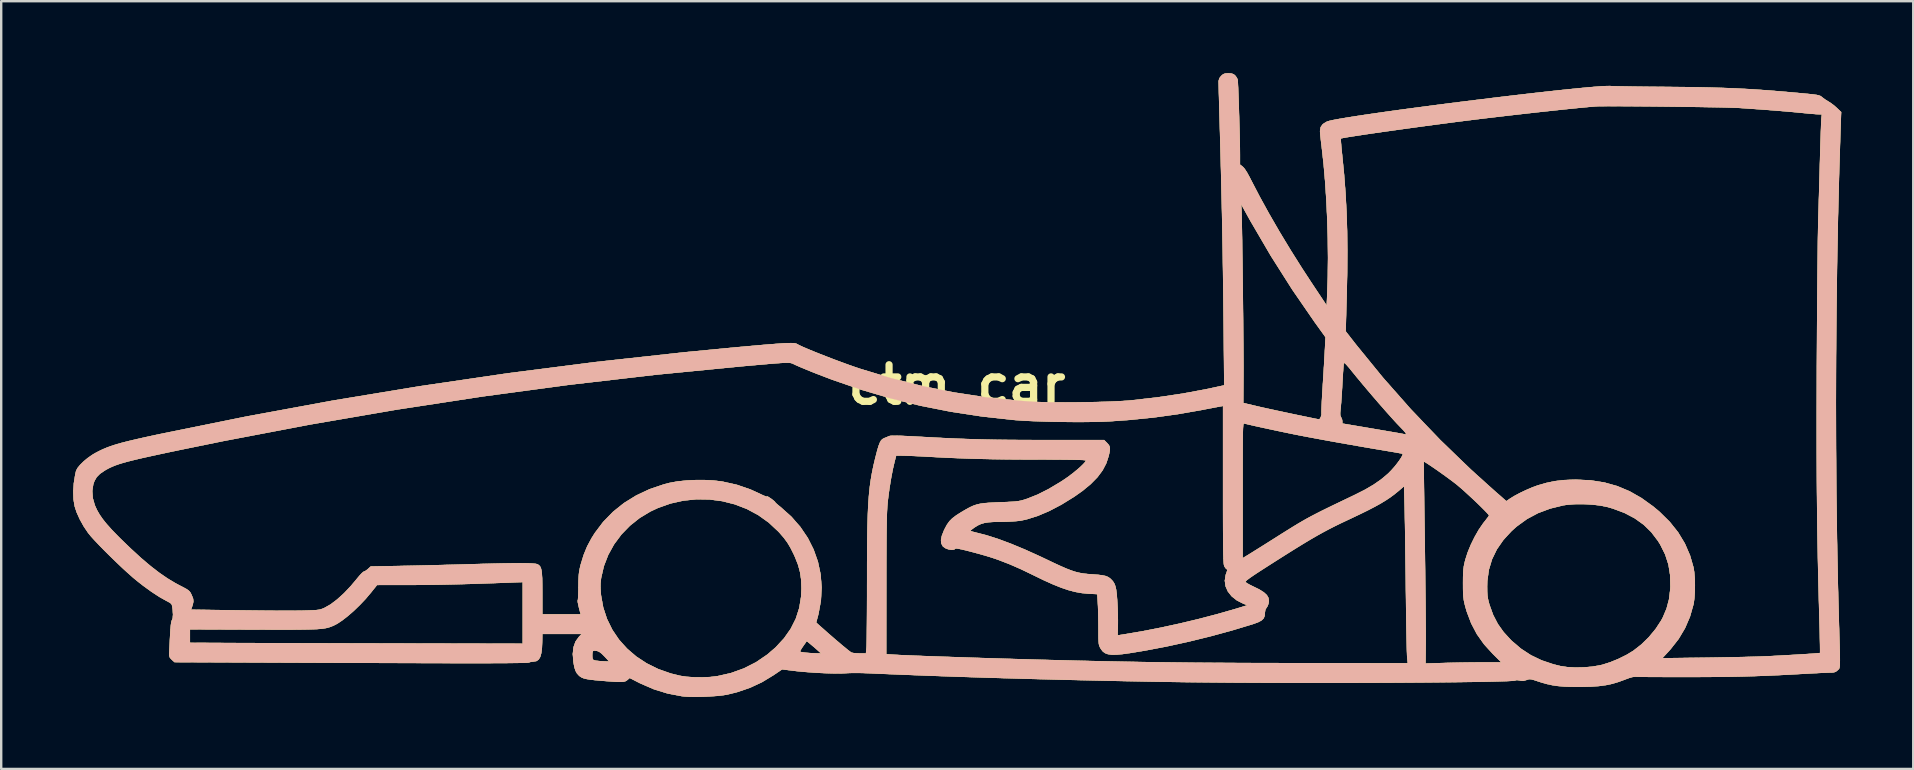
<source format=kicad_pcb>
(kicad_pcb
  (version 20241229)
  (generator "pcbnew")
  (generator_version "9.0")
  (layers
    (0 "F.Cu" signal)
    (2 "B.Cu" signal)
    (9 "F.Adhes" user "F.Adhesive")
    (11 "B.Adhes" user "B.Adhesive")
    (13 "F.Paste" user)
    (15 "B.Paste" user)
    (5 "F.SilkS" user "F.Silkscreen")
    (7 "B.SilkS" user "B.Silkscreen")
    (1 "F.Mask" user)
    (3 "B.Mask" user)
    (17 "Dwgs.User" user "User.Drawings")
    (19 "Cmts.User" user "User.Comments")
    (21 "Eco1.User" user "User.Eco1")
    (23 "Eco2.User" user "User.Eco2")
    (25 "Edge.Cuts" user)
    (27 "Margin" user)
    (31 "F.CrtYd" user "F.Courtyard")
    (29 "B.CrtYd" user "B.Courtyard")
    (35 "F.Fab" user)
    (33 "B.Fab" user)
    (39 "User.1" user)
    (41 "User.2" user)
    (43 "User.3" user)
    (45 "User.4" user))
  (footprint "ctm_car"
    (layer "F.Cu")
    (at 36.827 12.983)
    (property "Reference" "ctm_car" (at 0 0 0) (layer "F.SilkS") (effects (font (size 1.524 1.524) (thickness 0.3))))
    (attr through_hole)
    (fp_poly (pts (xy 11.44 -12.969) (xy 11.528 -12.937) (xy 11.588 -12.889) (xy 11.656 -12.8) (xy 11.696 -12.713) (xy 11.696 -12.712) (xy 11.701 -12.655) (xy 11.708 -12.533) (xy 11.716 -12.356) (xy 11.725 -12.133) (xy 11.734 -11.876) (xy 11.744 -11.592) (xy 11.753 -11.292) (xy 11.762 -10.986) (xy 11.771 -10.683) (xy 11.778 -10.392) (xy 11.784 -10.124) (xy 11.789 -9.887) (xy 11.791 -9.693) (xy 11.792 -9.583) (xy 11.792 -9.173) (xy 11.903 -9.09) (xy 11.98 -9.007) (xy 12.081 -8.853) (xy 12.204 -8.629) (xy 12.259 -8.52) (xy 12.612 -7.841) (xy 13.009 -7.12) (xy 13.442 -6.371) (xy 13.905 -5.606) (xy 14.389 -4.838) (xy 14.771 -4.254) (xy 15.407 -3.298) (xy 15.43 -3.809) (xy 15.453 -4.525) (xy 15.461 -5.285) (xy 15.453 -6.074) (xy 15.43 -6.875) (xy 15.393 -7.67) (xy 15.343 -8.443) (xy 15.28 -9.178) (xy 15.205 -9.857) (xy 15.201 -9.893) (xy 15.175 -10.099) (xy 15.162 -10.22) (xy 15.994 -10.22) (xy 15.999 -10.116) (xy 16.011 -9.963) (xy 16.029 -9.77) (xy 16.052 -9.552) (xy 16.053 -9.542) (xy 16.129 -8.775) (xy 16.188 -8.008) (xy 16.23 -7.23) (xy 16.256 -6.427) (xy 16.266 -5.587) (xy 16.26 -4.698) (xy 16.242 -3.866) (xy 16.197 -2.225) (xy 16.627 -1.674) (xy 17.742 -0.306) (xy 18.916 1.024) (xy 20.144 2.308) (xy 21.42 3.538) (xy 22.32 4.35) (xy 22.892 4.852) (xy 23.047 4.745) (xy 23.227 4.634) (xy 23.454 4.513) (xy 23.706 4.393) (xy 23.958 4.284) (xy 24.187 4.199) (xy 24.203 4.194) (xy 24.568 4.089) (xy 24.919 4.016) (xy 25.283 3.973) (xy 25.684 3.956) (xy 25.808 3.955) (xy 26.41 3.984) (xy 26.976 4.073) (xy 27.513 4.224) (xy 28.027 4.44) (xy 28.526 4.724) (xy 29.017 5.078) (xy 29.277 5.296) (xy 29.696 5.708) (xy 30.047 6.148) (xy 30.33 6.616) (xy 30.546 7.115) (xy 30.691 7.619) (xy 30.722 7.821) (xy 30.742 8.073) (xy 30.749 8.351) (xy 30.744 8.631) (xy 30.727 8.891) (xy 30.698 9.107) (xy 30.69 9.145) (xy 30.543 9.662) (xy 30.337 10.141) (xy 30.07 10.59) (xy 29.734 11.018) (xy 29.642 11.121) (xy 29.387 11.395) (xy 31.24 11.372) (xy 31.634 11.366) (xy 32.03 11.359) (xy 32.416 11.352) (xy 32.781 11.344) (xy 33.115 11.335) (xy 33.407 11.327) (xy 33.645 11.318) (xy 33.799 11.312) (xy 34.165 11.293) (xy 34.517 11.273) (xy 34.848 11.255) (xy 35.149 11.237) (xy 35.415 11.22) (xy 35.636 11.206) (xy 35.806 11.193) (xy 35.918 11.183) (xy 35.963 11.177) (xy 35.963 11.177) (xy 35.965 11.138) (xy 35.965 11.033) (xy 35.963 10.87) (xy 35.959 10.657) (xy 35.954 10.402) (xy 35.947 10.113) (xy 35.938 9.798) (xy 35.935 9.707) (xy 35.914 8.926) (xy 35.895 8.171) (xy 35.878 7.434) (xy 35.864 6.705) (xy 35.852 5.978) (xy 35.843 5.243) (xy 35.835 4.492) (xy 35.83 3.717) (xy 35.826 2.909) (xy 35.825 2.062) (xy 35.825 1.165) (xy 35.828 0.211) (xy 35.831 -0.809) (xy 35.832 -0.853) (xy 35.835 -1.467) (xy 35.838 -2.079) (xy 35.842 -2.682) (xy 35.846 -3.271) (xy 35.851 -3.839) (xy 35.856 -4.381) (xy 35.861 -4.889) (xy 35.866 -5.358) (xy 35.871 -5.782) (xy 35.876 -6.155) (xy 35.882 -6.47) (xy 35.887 -6.722) (xy 35.89 -6.86) (xy 35.901 -7.223) (xy 35.913 -7.639) (xy 35.926 -8.086) (xy 35.939 -8.542) (xy 35.951 -8.987) (xy 35.963 -9.398) (xy 35.967 -9.548) (xy 35.976 -9.871) (xy 35.986 -10.176) (xy 35.995 -10.455) (xy 36.004 -10.697) (xy 36.011 -10.893) (xy 36.018 -11.035) (xy 36.023 -11.112) (xy 36.023 -11.115) (xy 36.041 -11.272) (xy 35.902 -11.272) (xy 35.814 -11.276) (xy 35.671 -11.287) (xy 35.491 -11.302) (xy 35.291 -11.322) (xy 35.245 -11.326) (xy 34.932 -11.357) (xy 34.559 -11.39) (xy 34.138 -11.425) (xy 33.684 -11.46) (xy 33.211 -11.494) (xy 32.731 -11.527) (xy 32.556 -11.538) (xy 32.431 -11.544) (xy 32.239 -11.55) (xy 31.988 -11.557) (xy 31.688 -11.563) (xy 31.345 -11.569) (xy 30.968 -11.575) (xy 30.565 -11.581) (xy 30.143 -11.587) (xy 29.711 -11.592) (xy 29.277 -11.597) (xy 28.849 -11.601) (xy 28.434 -11.604) (xy 28.04 -11.607) (xy 27.677 -11.609) (xy 27.351 -11.61) (xy 27.07 -11.609) (xy 26.843 -11.608) (xy 26.735 -11.606) (xy 26.623 -11.601) (xy 26.444 -11.587) (xy 26.205 -11.565) (xy 25.912 -11.537) (xy 25.573 -11.503) (xy 25.195 -11.464) (xy 24.784 -11.42) (xy 24.347 -11.373) (xy 23.89 -11.322) (xy 23.421 -11.269) (xy 22.947 -11.215) (xy 22.474 -11.159) (xy 22.008 -11.104) (xy 21.558 -11.049) (xy 21.544 -11.047) (xy 21.15 -10.998) (xy 20.735 -10.945) (xy 20.303 -10.888) (xy 19.861 -10.83) (xy 19.415 -10.77) (xy 18.971 -10.709) (xy 18.536 -10.649) (xy 18.115 -10.59) (xy 17.715 -10.534) (xy 17.342 -10.48) (xy 17.001 -10.43) (xy 16.701 -10.384) (xy 16.445 -10.345) (xy 16.241 -10.312) (xy 16.095 -10.286) (xy 16.013 -10.268) (xy 15.997 -10.262) (xy 15.994 -10.22) (xy 15.162 -10.22) (xy 15.154 -10.287) (xy 15.138 -10.441) (xy 15.13 -10.544) (xy 15.129 -10.571) (xy 15.156 -10.732) (xy 15.242 -10.857) (xy 15.393 -10.952) (xy 15.433 -10.97) (xy 15.533 -10.999) (xy 15.702 -11.036) (xy 15.934 -11.079) (xy 16.225 -11.128) (xy 16.568 -11.183) (xy 16.959 -11.243) (xy 17.393 -11.306) (xy 17.865 -11.374) (xy 18.369 -11.444) (xy 18.9 -11.516) (xy 19.453 -11.589) (xy 20.023 -11.664) (xy 20.605 -11.739) (xy 21.193 -11.813) (xy 21.782 -11.886) (xy 22.368 -11.958) (xy 22.945 -12.027) (xy 23.507 -12.093) (xy 24.05 -12.156) (xy 24.569 -12.214) (xy 25.058 -12.268) (xy 25.512 -12.315) (xy 25.926 -12.357) (xy 26.295 -12.392) (xy 26.614 -12.419) (xy 26.877 -12.438) (xy 27.079 -12.448) (xy 27.216 -12.449) (xy 27.25 -12.446) (xy 27.318 -12.443) (xy 27.453 -12.438) (xy 27.647 -12.434) (xy 27.895 -12.43) (xy 28.187 -12.425) (xy 28.519 -12.421) (xy 28.881 -12.417) (xy 29.268 -12.414) (xy 29.609 -12.411) (xy 30.277 -12.405) (xy 30.883 -12.396) (xy 31.441 -12.384) (xy 31.963 -12.368) (xy 32.461 -12.348) (xy 32.949 -12.323) (xy 33.438 -12.292) (xy 33.943 -12.255) (xy 34.474 -12.211) (xy 35.045 -12.16) (xy 35.279 -12.138) (xy 35.517 -12.115) (xy 35.694 -12.096) (xy 35.82 -12.078) (xy 35.909 -12.058) (xy 35.971 -12.036) (xy 36.019 -12.007) (xy 36.057 -11.975) (xy 36.168 -11.891) (xy 36.295 -11.811) (xy 36.32 -11.797) (xy 36.427 -11.728) (xy 36.555 -11.63) (xy 36.655 -11.542) (xy 36.842 -11.365) (xy 36.816 -10.624) (xy 36.759 -8.808) (xy 36.711 -6.946) (xy 36.674 -5.048) (xy 36.648 -3.127) (xy 36.631 -1.196) (xy 36.625 0.734) (xy 36.63 2.65) (xy 36.644 4.541) (xy 36.67 6.393) (xy 36.705 8.195) (xy 36.746 9.752) (xy 36.759 10.192) (xy 36.77 10.563) (xy 36.779 10.873) (xy 36.786 11.126) (xy 36.79 11.33) (xy 36.791 11.489) (xy 36.789 11.61) (xy 36.785 11.7) (xy 36.778 11.763) (xy 36.767 11.807) (xy 36.754 11.836) (xy 36.737 11.857) (xy 36.716 11.877) (xy 36.698 11.894) (xy 36.616 11.959) (xy 36.522 11.987) (xy 36.422 11.992) (xy 36.334 11.993) (xy 36.184 11.999) (xy 35.988 12.007) (xy 35.759 12.019) (xy 35.51 12.032) (xy 35.412 12.037) (xy 34.797 12.071) (xy 34.238 12.1) (xy 33.719 12.123) (xy 33.222 12.141) (xy 32.732 12.155) (xy 32.23 12.165) (xy 31.702 12.172) (xy 31.129 12.176) (xy 30.628 12.178) (xy 30.24 12.178) (xy 29.869 12.178) (xy 29.521 12.177) (xy 29.205 12.176) (xy 28.928 12.175) (xy 28.699 12.173) (xy 28.525 12.171) (xy 28.414 12.168) (xy 28.385 12.167) (xy 28.264 12.164) (xy 28.153 12.177) (xy 28.027 12.211) (xy 27.864 12.271) (xy 27.828 12.285) (xy 27.557 12.384) (xy 27.298 12.461) (xy 27.036 12.516) (xy 26.755 12.554) (xy 26.438 12.576) (xy 26.068 12.585) (xy 25.938 12.586) (xy 25.586 12.584) (xy 25.292 12.573) (xy 25.038 12.552) (xy 24.808 12.518) (xy 24.585 12.469) (xy 24.352 12.403) (xy 24.188 12.35) (xy 24.037 12.3) (xy 23.934 12.273) (xy 23.861 12.266) (xy 23.797 12.277) (xy 23.728 12.302) (xy 23.602 12.338) (xy 23.491 12.331) (xy 23.457 12.322) (xy 23.329 12.303) (xy 23.266 12.321) (xy 23.212 12.331) (xy 23.087 12.341) (xy 22.897 12.35) (xy 22.645 12.358) (xy 22.335 12.366) (xy 21.972 12.374) (xy 21.559 12.381) (xy 21.101 12.387) (xy 20.601 12.393) (xy 20.065 12.399) (xy 19.496 12.404) (xy 18.897 12.408) (xy 18.274 12.412) (xy 17.631 12.415) (xy 16.971 12.417) (xy 16.298 12.419) (xy 15.618 12.42) (xy 14.933 12.42) (xy 14.248 12.419) (xy 13.568 12.418) (xy 12.895 12.416) (xy 12.235 12.413) (xy 11.592 12.41) (xy 10.969 12.405) (xy 10.37 12.4) (xy 9.801 12.394) (xy 9.265 12.387) (xy 9.122 12.385) (xy 7.953 12.366) (xy 6.763 12.343) (xy 5.561 12.317) (xy 4.356 12.289) (xy 3.159 12.258) (xy 1.977 12.225) (xy 0.82 12.19) (xy -0.302 12.153) (xy -1.381 12.114) (xy -2.408 12.074) (xy -3.373 12.034) (xy -3.689 12.02) (xy -3.928 12.011) (xy -4.167 12.008) (xy -4.387 12.009) (xy -4.566 12.014) (xy -4.635 12.019) (xy -4.823 12.028) (xy -5.068 12.029) (xy -5.356 12.022) (xy -5.671 12.009) (xy -5.998 11.99) (xy -6.32 11.966) (xy -6.623 11.938) (xy -6.789 11.919) (xy -7.287 11.857) (xy -7.646 12.1) (xy -8.129 12.393) (xy -8.633 12.627) (xy -9.173 12.81) (xy -9.575 12.909) (xy -9.766 12.94) (xy -10.012 12.966) (xy -10.293 12.985) (xy -10.588 12.998) (xy -10.879 13.003) (xy -11.146 13) (xy -11.368 12.987) (xy -11.458 12.977) (xy -12.057 12.863) (xy -12.628 12.687) (xy -13.187 12.445) (xy -13.262 12.408) (xy -13.638 12.215) (xy -13.736 12.3) (xy -13.78 12.333) (xy -13.83 12.358) (xy -13.896 12.374) (xy -13.986 12.381) (xy -14.112 12.381) (xy -14.282 12.372) (xy -14.505 12.357) (xy -14.793 12.334) (xy -14.814 12.332) (xy -15.083 12.308) (xy -15.289 12.285) (xy -15.444 12.259) (xy -15.56 12.229) (xy -15.648 12.192) (xy -15.719 12.144) (xy -15.753 12.114) (xy -15.836 12.022) (xy -15.896 11.913) (xy -15.941 11.77) (xy -15.978 11.574) (xy -15.981 11.552) (xy -16.006 11.239) (xy -15.199 11.239) (xy -15.196 11.351) (xy -15.181 11.433) (xy -15.142 11.474) (xy -15.056 11.496) (xy -15.036 11.499) (xy -14.908 11.513) (xy -14.754 11.524) (xy -14.688 11.527) (xy -14.488 11.532) (xy -14.688 11.319) (xy -14.808 11.199) (xy -14.904 11.127) (xy -14.993 11.091) (xy -15.028 11.084) (xy -15.122 11.076) (xy -15.168 11.095) (xy -15.188 11.144) (xy -15.199 11.239) (xy -16.006 11.239) (xy -16.008 11.222) (xy -15.978 10.939) (xy -15.893 10.7) (xy -15.751 10.504) (xy -15.75 10.503) (xy -15.633 10.382) (xy -17.279 10.382) (xy -17.283 10.651) (xy -17.294 10.945) (xy -17.321 11.172) (xy -17.367 11.339) (xy -17.434 11.45) (xy -17.524 11.512) (xy -17.64 11.532) (xy -17.641 11.532) (xy -17.752 11.544) (xy -17.843 11.573) (xy -17.875 11.578) (xy -17.953 11.583) (xy -18.077 11.587) (xy -18.25 11.59) (xy -18.473 11.593) (xy -18.749 11.596) (xy -19.08 11.597) (xy -19.467 11.599) (xy -19.912 11.599) (xy -20.418 11.599) (xy -20.985 11.599) (xy -21.616 11.598) (xy -22.313 11.596) (xy -23.078 11.594) (xy -23.912 11.591) (xy -24.817 11.588) (xy -25.262 11.587) (xy -32.604 11.559) (xy -32.718 11.457) (xy -32.793 11.377) (xy -32.823 11.296) (xy -32.825 11.193) (xy -32.808 10.827) (xy -32.793 10.529) (xy -32.779 10.293) (xy -32.772 10.191) (xy -31.963 10.191) (xy -31.963 10.753) (xy -29.729 10.763) (xy -29.395 10.764) (xy -28.995 10.765) (xy -28.536 10.767) (xy -28.026 10.769) (xy -27.472 10.77) (xy -26.883 10.772) (xy -26.266 10.773) (xy -25.628 10.775) (xy -24.978 10.777) (xy -24.323 10.778) (xy -23.671 10.78) (xy -23.029 10.781) (xy -22.795 10.781) (xy -18.095 10.79) (xy -18.095 8.221) (xy -18.772 8.247) (xy -19.575 8.275) (xy -20.313 8.299) (xy -20.994 8.317) (xy -21.629 8.33) (xy -22.226 8.338) (xy -22.794 8.342) (xy -22.92 8.342) (xy -24.167 8.343) (xy -24.427 8.668) (xy -24.644 8.924) (xy -24.882 9.176) (xy -25.13 9.415) (xy -25.376 9.63) (xy -25.611 9.813) (xy -25.822 9.954) (xy -25.977 10.034) (xy -26.055 10.066) (xy -26.13 10.094) (xy -26.207 10.118) (xy -26.291 10.138) (xy -26.387 10.155) (xy -26.503 10.169) (xy -26.643 10.18) (xy -26.812 10.188) (xy -27.016 10.194) (xy -27.262 10.198) (xy -27.554 10.201) (xy -27.897 10.202) (xy -28.299 10.202) (xy -28.763 10.201) (xy -29.284 10.2) (xy -31.963 10.191) (xy -32.772 10.191) (xy -32.766 10.112) (xy -32.752 9.979) (xy -32.738 9.89) (xy -32.724 9.836) (xy -32.714 9.818) (xy -32.678 9.728) (xy -32.667 9.575) (xy -32.68 9.368) (xy -32.689 9.296) (xy -32.705 9.201) (xy -32.731 9.138) (xy -32.785 9.088) (xy -32.883 9.033) (xy -32.94 9.004) (xy -33.234 8.839) (xy -33.565 8.623) (xy -33.924 8.362) (xy -34.166 8.172) (xy -34.347 8.021) (xy -34.558 7.834) (xy -34.79 7.621) (xy -35.033 7.391) (xy -35.277 7.154) (xy -35.514 6.919) (xy -35.734 6.695) (xy -35.927 6.491) (xy -36.084 6.317) (xy -36.196 6.182) (xy -36.202 6.174) (xy -36.388 5.898) (xy -36.552 5.602) (xy -36.684 5.309) (xy -36.764 5.063) (xy -36.811 4.781) (xy -36.822 4.454) (xy -36.82 4.421) (xy -36.034 4.421) (xy -36.014 4.717) (xy -35.929 5.016) (xy -35.924 5.029) (xy -35.837 5.221) (xy -35.729 5.409) (xy -35.594 5.604) (xy -35.424 5.815) (xy -35.212 6.05) (xy -34.951 6.318) (xy -34.854 6.415) (xy -34.404 6.85) (xy -33.989 7.229) (xy -33.604 7.555) (xy -33.243 7.834) (xy -32.899 8.071) (xy -32.566 8.27) (xy -32.427 8.345) (xy -32.247 8.438) (xy -32.12 8.507) (xy -32.035 8.562) (xy -31.979 8.612) (xy -31.939 8.667) (xy -31.904 8.738) (xy -31.887 8.774) (xy -31.833 8.912) (xy -31.819 9.025) (xy -31.843 9.15) (xy -31.867 9.224) (xy -31.92 9.373) (xy -29.932 9.4) (xy -29.527 9.405) (xy -29.123 9.409) (xy -28.73 9.413) (xy -28.357 9.415) (xy -28.015 9.416) (xy -27.715 9.416) (xy -27.467 9.414) (xy -27.281 9.412) (xy -27.256 9.411) (xy -27.01 9.405) (xy -26.825 9.398) (xy -26.688 9.388) (xy -26.585 9.375) (xy -26.503 9.356) (xy -26.428 9.329) (xy -26.354 9.297) (xy -26.101 9.154) (xy -25.827 8.947) (xy -25.538 8.684) (xy -25.241 8.369) (xy -24.979 8.056) (xy -24.881 7.938) (xy -24.794 7.846) (xy -24.732 7.794) (xy -24.715 7.787) (xy -24.657 7.763) (xy -24.574 7.705) (xy -24.546 7.68) (xy -24.429 7.573) (xy -23.181 7.55) (xy -22.847 7.543) (xy -22.458 7.535) (xy -22.031 7.525) (xy -21.585 7.514) (xy -21.137 7.502) (xy -20.707 7.491) (xy -20.357 7.481) (xy -19.801 7.465) (xy -19.315 7.453) (xy -18.896 7.444) (xy -18.538 7.439) (xy -18.24 7.436) (xy -17.995 7.438) (xy -17.802 7.443) (xy -17.655 7.451) (xy -17.552 7.462) (xy -17.487 7.478) (xy -17.471 7.485) (xy -17.415 7.523) (xy -17.371 7.573) (xy -17.338 7.645) (xy -17.313 7.745) (xy -17.297 7.884) (xy -17.286 8.07) (xy -17.281 8.311) (xy -17.279 8.616) (xy -17.279 8.676) (xy -17.279 9.567) (xy -15.676 9.567) (xy -15.7 9.483) (xy -15.741 9.331) (xy -15.774 9.19) (xy -15.797 9.076) (xy -15.807 9.004) (xy -15.802 8.988) (xy -15.794 8.958) (xy -15.786 8.867) (xy -15.78 8.725) (xy -15.775 8.546) (xy -15.774 8.455) (xy -14.857 8.455) (xy -14.843 8.675) (xy -14.834 8.772) (xy -14.743 9.279) (xy -14.586 9.758) (xy -14.366 10.206) (xy -14.087 10.619) (xy -13.751 10.994) (xy -13.364 11.326) (xy -12.928 11.612) (xy -12.447 11.849) (xy -11.925 12.033) (xy -11.532 12.129) (xy -11.26 12.169) (xy -10.944 12.19) (xy -10.608 12.193) (xy -10.279 12.178) (xy -9.987 12.144) (xy -9.418 12.015) (xy -8.877 11.82) (xy -8.368 11.561) (xy -7.897 11.24) (xy -7.885 11.229) (xy -2.948 11.229) (xy -2.577 11.251) (xy -2.382 11.262) (xy -2.118 11.274) (xy -1.794 11.287) (xy -1.416 11.302) (xy -0.99 11.318) (xy -0.522 11.334) (xy -0.02 11.351) (xy 0.511 11.369) (xy 1.062 11.387) (xy 1.629 11.404) (xy 2.205 11.422) (xy 2.782 11.439) (xy 3.354 11.455) (xy 3.915 11.47) (xy 4.458 11.484) (xy 4.969 11.497) (xy 5.622 11.512) (xy 6.247 11.526) (xy 6.852 11.538) (xy 7.445 11.549) (xy 8.032 11.559) (xy 8.624 11.567) (xy 9.226 11.574) (xy 9.847 11.581) (xy 10.495 11.586) (xy 11.178 11.59) (xy 11.903 11.594) (xy 12.679 11.596) (xy 13.513 11.598) (xy 14.413 11.6) (xy 14.445 11.6) (xy 18.786 11.606) (xy 18.76 11.356) (xy 18.755 11.276) (xy 18.75 11.129) (xy 18.744 10.922) (xy 18.738 10.661) (xy 18.732 10.353) (xy 18.726 10.006) (xy 18.72 9.625) (xy 18.714 9.218) (xy 18.709 8.792) (xy 18.706 8.584) (xy 18.701 8.127) (xy 18.695 7.668) (xy 18.689 7.216) (xy 18.683 6.78) (xy 18.678 6.37) (xy 18.672 5.995) (xy 18.666 5.665) (xy 18.661 5.389) (xy 18.656 5.175) (xy 18.656 5.143) (xy 18.633 4.224) (xy 18.41 4.414) (xy 18.239 4.554) (xy 18.062 4.686) (xy 17.87 4.814) (xy 17.656 4.944) (xy 17.409 5.081) (xy 17.122 5.23) (xy 16.785 5.395) (xy 16.39 5.583) (xy 16.304 5.623) (xy 16.02 5.757) (xy 15.756 5.886) (xy 15.503 6.015) (xy 15.251 6.149) (xy 14.991 6.294) (xy 14.715 6.454) (xy 14.414 6.635) (xy 14.078 6.842) (xy 13.698 7.08) (xy 13.267 7.353) (xy 12.944 7.559) (xy 12.679 7.729) (xy 12.467 7.867) (xy 12.303 7.977) (xy 12.182 8.062) (xy 12.098 8.125) (xy 12.047 8.171) (xy 12.023 8.202) (xy 12.022 8.223) (xy 12.025 8.226) (xy 12.078 8.267) (xy 12.181 8.326) (xy 12.311 8.391) (xy 12.342 8.406) (xy 12.597 8.531) (xy 12.784 8.649) (xy 12.909 8.763) (xy 12.978 8.882) (xy 12.996 9.01) (xy 12.978 9.123) (xy 12.939 9.226) (xy 12.893 9.3) (xy 12.885 9.307) (xy 12.847 9.378) (xy 12.83 9.496) (xy 12.83 9.511) (xy 12.817 9.638) (xy 12.773 9.739) (xy 12.687 9.82) (xy 12.549 9.893) (xy 12.349 9.966) (xy 12.326 9.974) (xy 11.472 10.232) (xy 10.575 10.477) (xy 9.655 10.703) (xy 8.737 10.904) (xy 7.842 11.075) (xy 7.231 11.176) (xy 6.911 11.221) (xy 6.654 11.245) (xy 6.452 11.247) (xy 6.294 11.226) (xy 6.172 11.181) (xy 6.078 11.111) (xy 6.002 11.013) (xy 5.99 10.993) (xy 5.956 10.932) (xy 5.931 10.873) (xy 5.914 10.805) (xy 5.904 10.713) (xy 5.898 10.586) (xy 5.896 10.409) (xy 5.896 10.19) (xy 5.894 9.94) (xy 5.89 9.678) (xy 5.884 9.428) (xy 5.876 9.217) (xy 5.872 9.136) (xy 5.848 8.724) (xy 5.455 8.703) (xy 5.195 8.678) (xy 4.928 8.63) (xy 4.647 8.556) (xy 4.34 8.452) (xy 4.001 8.316) (xy 3.619 8.144) (xy 3.185 7.933) (xy 3.152 7.917) (xy 2.658 7.679) (xy 2.196 7.477) (xy 1.743 7.302) (xy 1.594 7.249) (xy 1.419 7.191) (xy 1.215 7.129) (xy 0.994 7.065) (xy 0.768 7.003) (xy 0.549 6.945) (xy 0.347 6.894) (xy 0.174 6.854) (xy 0.043 6.828) (xy -0.037 6.818) (xy -0.055 6.821) (xy -0.122 6.867) (xy -0.231 6.877) (xy -0.357 6.857) (xy -0.48 6.81) (xy -0.577 6.741) (xy -0.592 6.724) (xy -0.652 6.61) (xy -0.665 6.472) (xy -0.631 6.301) (xy -0.548 6.087) (xy -0.519 6.025) (xy -0.422 5.842) (xy -0.319 5.694) (xy -0.192 5.566) (xy -0.027 5.441) (xy 0.167 5.318) (xy 0.364 5.202) (xy 0.53 5.111) (xy 0.679 5.042) (xy 0.825 4.992) (xy 0.983 4.956) (xy 1.167 4.932) (xy 1.391 4.915) (xy 1.67 4.902) (xy 1.798 4.897) (xy 2.062 4.887) (xy 2.266 4.877) (xy 2.424 4.866) (xy 2.549 4.851) (xy 2.656 4.831) (xy 2.759 4.804) (xy 2.872 4.768) (xy 2.925 4.751) (xy 3.357 4.579) (xy 3.821 4.345) (xy 4.314 4.051) (xy 4.455 3.959) (xy 4.636 3.834) (xy 4.816 3.697) (xy 4.988 3.558) (xy 5.14 3.426) (xy 5.262 3.308) (xy 5.344 3.215) (xy 5.377 3.155) (xy 5.377 3.153) (xy 5.34 3.143) (xy 5.228 3.134) (xy 5.043 3.128) (xy 4.784 3.122) (xy 4.451 3.118) (xy 4.045 3.115) (xy 3.564 3.114) (xy 3.439 3.114) (xy 2.74 3.112) (xy 2.1 3.108) (xy 1.505 3.099) (xy 0.942 3.087) (xy 0.395 3.071) (xy -0.15 3.05) (xy -0.708 3.024) (xy -1.187 2.998) (xy -1.443 2.984) (xy -1.692 2.972) (xy -1.92 2.962) (xy -2.108 2.955) (xy -2.242 2.951) (xy -2.259 2.951) (xy -2.534 2.948) (xy -2.602 3.207) (xy -2.676 3.526) (xy -2.747 3.9) (xy -2.814 4.31) (xy -2.871 4.737) (xy -2.88 4.817) (xy -2.892 4.928) (xy -2.902 5.047) (xy -2.911 5.18) (xy -2.918 5.333) (xy -2.925 5.51) (xy -2.93 5.718) (xy -2.934 5.962) (xy -2.938 6.249) (xy -2.94 6.583) (xy -2.942 6.971) (xy -2.944 7.417) (xy -2.945 7.929) (xy -2.945 8.294) (xy -2.948 11.229) (xy -7.885 11.229) (xy -7.76 11.121) (xy -6.541 11.121) (xy -6.541 11.122) (xy -6.491 11.138) (xy -6.385 11.155) (xy -6.241 11.171) (xy -6.075 11.183) (xy -5.906 11.191) (xy -5.877 11.192) (xy -5.655 11.196) (xy -5.822 11.048) (xy -5.942 10.943) (xy -6.065 10.838) (xy -6.124 10.789) (xy -6.26 10.678) (xy -6.41 10.89) (xy -6.482 10.997) (xy -6.529 11.08) (xy -6.541 11.121) (xy -7.76 11.121) (xy -7.561 10.95) (xy -7.208 10.57) (xy -6.927 10.17) (xy -6.714 9.748) (xy -6.57 9.299) (xy -6.493 8.822) (xy -6.478 8.491) (xy -6.49 8.135) (xy -6.536 7.815) (xy -6.619 7.505) (xy -6.748 7.178) (xy -6.803 7.057) (xy -6.932 6.8) (xy -7.058 6.587) (xy -7.2 6.392) (xy -7.374 6.188) (xy -7.449 6.108) (xy -7.845 5.739) (xy -8.282 5.427) (xy -8.754 5.174) (xy -9.254 4.981) (xy -9.776 4.849) (xy -10.311 4.778) (xy -10.855 4.77) (xy -11.399 4.826) (xy -11.938 4.946) (xy -12.464 5.133) (xy -12.774 5.278) (xy -13.225 5.55) (xy -13.631 5.873) (xy -13.988 6.242) (xy -14.291 6.649) (xy -14.535 7.09) (xy -14.716 7.557) (xy -14.828 8.044) (xy -14.833 8.077) (xy -14.854 8.266) (xy -14.857 8.455) (xy -15.774 8.455) (xy -15.774 8.423) (xy -15.771 8.181) (xy -15.763 7.994) (xy -15.749 7.84) (xy -15.726 7.7) (xy -15.693 7.554) (xy -15.676 7.487) (xy -15.554 7.091) (xy -15.409 6.736) (xy -15.224 6.392) (xy -15.088 6.176) (xy -14.738 5.712) (xy -14.332 5.296) (xy -13.875 4.93) (xy -13.369 4.617) (xy -12.818 4.357) (xy -12.225 4.155) (xy -11.977 4.09) (xy -11.66 4.031) (xy -11.293 3.992) (xy -10.899 3.972) (xy -10.501 3.972) (xy -10.12 3.992) (xy -9.779 4.034) (xy -9.771 4.036) (xy -9.177 4.168) (xy -8.622 4.358) (xy -8.26 4.522) (xy -8.117 4.591) (xy -8.005 4.64) (xy -7.937 4.666) (xy -7.921 4.665) (xy -7.917 4.647) (xy -7.875 4.666) (xy -7.798 4.713) (xy -7.713 4.773) (xy -7.636 4.833) (xy -7.585 4.878) (xy -7.578 4.895) (xy -7.564 4.916) (xy -7.502 4.972) (xy -7.404 5.055) (xy -7.335 5.11) (xy -6.901 5.499) (xy -6.529 5.924) (xy -6.219 6.382) (xy -5.975 6.867) (xy -5.796 7.375) (xy -5.684 7.901) (xy -5.642 8.441) (xy -5.671 8.99) (xy -5.772 9.544) (xy -5.791 9.617) (xy -5.869 9.909) (xy -5.635 10.118) (xy -5.417 10.311) (xy -5.201 10.5) (xy -4.994 10.677) (xy -4.806 10.837) (xy -4.643 10.972) (xy -4.514 11.076) (xy -4.426 11.142) (xy -4.394 11.162) (xy -4.321 11.178) (xy -4.199 11.19) (xy -4.056 11.196) (xy -3.793 11.198) (xy -3.769 10.948) (xy -3.765 10.869) (xy -3.762 10.723) (xy -3.758 10.516) (xy -3.755 10.255) (xy -3.752 9.946) (xy -3.75 9.597) (xy -3.748 9.214) (xy -3.746 8.804) (xy -3.746 8.374) (xy -3.745 8.098) (xy -3.745 7.464) (xy -3.742 6.898) (xy -3.737 6.393) (xy -3.73 5.943) (xy -3.719 5.542) (xy -3.705 5.183) (xy -3.687 4.861) (xy -3.664 4.568) (xy -3.637 4.299) (xy -3.604 4.047) (xy -3.565 3.805) (xy -3.52 3.568) (xy -3.469 3.329) (xy -3.41 3.082) (xy -3.388 2.995) (xy -3.324 2.746) (xy -3.269 2.559) (xy -3.218 2.425) (xy -3.168 2.332) (xy -3.113 2.272) (xy -3.049 2.233) (xy -3.024 2.223) (xy -2.914 2.179) (xy -2.827 2.14) (xy -2.776 2.129) (xy -2.681 2.123) (xy -2.535 2.123) (xy -2.332 2.128) (xy -2.068 2.14) (xy -1.737 2.157) (xy -1.621 2.163) (xy -1.076 2.193) (xy -0.577 2.219) (xy -0.111 2.24) (xy 0.333 2.258) (xy 0.768 2.272) (xy 1.207 2.283) (xy 1.66 2.292) (xy 2.141 2.298) (xy 2.662 2.301) (xy 3.234 2.303) (xy 3.76 2.304) (xy 6.13 2.303) (xy 6.254 2.427) (xy 6.323 2.506) (xy 6.362 2.582) (xy 6.372 2.675) (xy 6.356 2.803) (xy 6.321 2.963) (xy 6.22 3.272) (xy 6.065 3.567) (xy 5.85 3.854) (xy 5.574 4.136) (xy 5.231 4.419) (xy 4.882 4.665) (xy 4.354 4.991) (xy 3.846 5.258) (xy 3.361 5.464) (xy 2.904 5.607) (xy 2.67 5.658) (xy 2.529 5.676) (xy 2.336 5.692) (xy 2.115 5.703) (xy 1.889 5.709) (xy 1.832 5.709) (xy 1.552 5.713) (xy 1.331 5.727) (xy 1.155 5.753) (xy 1.007 5.795) (xy 0.874 5.855) (xy 0.741 5.937) (xy 0.736 5.94) (xy 0.64 6.009) (xy 0.574 6.063) (xy 0.556 6.085) (xy 0.589 6.104) (xy 0.675 6.13) (xy 0.769 6.154) (xy 1.22 6.269) (xy 1.711 6.425) (xy 2.247 6.625) (xy 2.832 6.868) (xy 3.468 7.156) (xy 3.708 7.27) (xy 4.041 7.429) (xy 4.319 7.557) (xy 4.553 7.659) (xy 4.753 7.737) (xy 4.929 7.795) (xy 5.094 7.836) (xy 5.257 7.865) (xy 5.429 7.885) (xy 5.618 7.899) (xy 5.863 7.917) (xy 6.047 7.939) (xy 6.185 7.968) (xy 6.289 8.009) (xy 6.373 8.064) (xy 6.409 8.095) (xy 6.491 8.181) (xy 6.553 8.277) (xy 6.599 8.395) (xy 6.633 8.546) (xy 6.658 8.745) (xy 6.677 9.003) (xy 6.681 9.064) (xy 6.693 9.307) (xy 6.701 9.561) (xy 6.706 9.802) (xy 6.705 10.002) (xy 6.704 10.051) (xy 6.693 10.444) (xy 7.008 10.394) (xy 7.733 10.271) (xy 8.502 10.12) (xy 9.293 9.948) (xy 10.083 9.759) (xy 10.85 9.558) (xy 11.57 9.352) (xy 11.73 9.303) (xy 12.106 9.187) (xy 11.925 9.116) (xy 11.661 8.982) (xy 11.448 8.812) (xy 11.291 8.615) (xy 11.194 8.396) (xy 11.162 8.165) (xy 11.198 7.928) (xy 11.224 7.855) (xy 11.259 7.751) (xy 11.258 7.697) (xy 11.241 7.684) (xy 11.194 7.643) (xy 11.143 7.565) (xy 11.142 7.563) (xy 11.132 7.536) (xy 11.124 7.493) (xy 11.116 7.429) (xy 11.11 7.339) (xy 11.105 7.22) (xy 11.1 7.065) (xy 11.096 6.872) (xy 11.093 6.635) (xy 11.091 6.35) (xy 11.089 6.013) (xy 11.088 5.619) (xy 11.087 5.163) (xy 11.087 4.641) (xy 11.087 4.41) (xy 11.903 4.41) (xy 11.903 7.23) (xy 12.153 7.077) (xy 12.254 7.015) (xy 12.405 6.92) (xy 12.596 6.801) (xy 12.815 6.664) (xy 13.049 6.516) (xy 13.238 6.397) (xy 13.525 6.215) (xy 13.775 6.059) (xy 13.995 5.922) (xy 14.194 5.801) (xy 14.381 5.691) (xy 14.564 5.587) (xy 14.751 5.485) (xy 14.951 5.381) (xy 15.172 5.268) (xy 15.424 5.144) (xy 15.714 5.003) (xy 16.052 4.841) (xy 16.445 4.653) (xy 16.586 4.585) (xy 17.007 4.372) (xy 17.365 4.162) (xy 17.673 3.948) (xy 17.942 3.723) (xy 17.976 3.692) (xy 18.1 3.566) (xy 18.224 3.426) (xy 18.341 3.281) (xy 18.374 3.236) (xy 19.449 3.236) (xy 19.45 3.342) (xy 19.451 3.513) (xy 19.454 3.741) (xy 19.457 4.023) (xy 19.462 4.354) (xy 19.466 4.727) (xy 19.472 5.138) (xy 19.478 5.581) (xy 19.485 6.052) (xy 19.492 6.544) (xy 19.492 6.6) (xy 19.5 7.117) (xy 19.506 7.629) (xy 19.512 8.128) (xy 19.518 8.607) (xy 19.523 9.06) (xy 19.526 9.479) (xy 19.529 9.857) (xy 19.532 10.189) (xy 19.533 10.465) (xy 19.533 10.68) (xy 19.532 10.805) (xy 19.523 11.617) (xy 20.298 11.593) (xy 20.596 11.585) (xy 20.939 11.578) (xy 21.296 11.573) (xy 21.637 11.57) (xy 21.881 11.569) (xy 22.688 11.569) (xy 22.324 11.208) (xy 21.962 10.809) (xy 21.666 10.391) (xy 21.43 9.943) (xy 21.244 9.452) (xy 21.181 9.236) (xy 21.145 9.09) (xy 21.119 8.961) (xy 21.102 8.83) (xy 21.092 8.679) (xy 21.088 8.488) (xy 21.088 8.399) (xy 22.09 8.399) (xy 22.093 8.614) (xy 22.104 8.783) (xy 22.126 8.929) (xy 22.162 9.08) (xy 22.188 9.17) (xy 22.34 9.59) (xy 22.535 9.966) (xy 22.781 10.312) (xy 23.091 10.647) (xy 23.124 10.679) (xy 23.507 11.004) (xy 23.916 11.271) (xy 24.36 11.484) (xy 24.85 11.649) (xy 25.14 11.721) (xy 25.43 11.765) (xy 25.764 11.784) (xy 26.119 11.777) (xy 26.47 11.747) (xy 26.792 11.692) (xy 26.893 11.668) (xy 27.224 11.563) (xy 27.572 11.42) (xy 27.904 11.255) (xy 28.181 11.087) (xy 28.516 10.826) (xy 28.834 10.515) (xy 29.116 10.174) (xy 29.348 9.82) (xy 29.414 9.696) (xy 29.57 9.327) (xy 29.672 8.942) (xy 29.723 8.522) (xy 29.729 8.417) (xy 29.719 7.937) (xy 29.648 7.491) (xy 29.511 7.069) (xy 29.308 6.661) (xy 29.212 6.507) (xy 28.935 6.142) (xy 28.613 5.828) (xy 28.241 5.562) (xy 27.817 5.339) (xy 27.334 5.158) (xy 27.106 5.092) (xy 26.819 5.033) (xy 26.486 4.993) (xy 26.131 4.973) (xy 25.779 4.973) (xy 25.455 4.996) (xy 25.27 5.022) (xy 24.718 5.157) (xy 24.215 5.345) (xy 23.755 5.59) (xy 23.333 5.895) (xy 23.106 6.097) (xy 22.765 6.468) (xy 22.494 6.859) (xy 22.294 7.271) (xy 22.162 7.708) (xy 22.098 8.173) (xy 22.09 8.399) (xy 21.088 8.399) (xy 21.087 8.269) (xy 21.089 8.027) (xy 21.094 7.84) (xy 21.105 7.689) (xy 21.124 7.556) (xy 21.152 7.421) (xy 21.186 7.286) (xy 21.281 6.989) (xy 21.413 6.668) (xy 21.571 6.346) (xy 21.742 6.045) (xy 21.916 5.791) (xy 21.949 5.747) (xy 22.045 5.626) (xy 22.121 5.526) (xy 22.166 5.463) (xy 22.173 5.447) (xy 22.148 5.408) (xy 22.075 5.327) (xy 21.965 5.213) (xy 21.826 5.074) (xy 21.666 4.919) (xy 21.494 4.756) (xy 21.319 4.593) (xy 21.149 4.438) (xy 20.993 4.3) (xy 20.86 4.187) (xy 20.838 4.169) (xy 20.711 4.069) (xy 20.555 3.952) (xy 20.379 3.823) (xy 20.195 3.691) (xy 20.012 3.561) (xy 19.839 3.442) (xy 19.686 3.339) (xy 19.564 3.259) (xy 19.481 3.21) (xy 19.449 3.198) (xy 19.449 3.236) (xy 18.374 3.236) (xy 18.443 3.142) (xy 18.521 3.022) (xy 18.568 2.931) (xy 18.575 2.88) (xy 18.568 2.874) (xy 18.518 2.862) (xy 18.407 2.842) (xy 18.248 2.813) (xy 18.053 2.78) (xy 17.836 2.743) (xy 17.383 2.667) (xy 16.904 2.585) (xy 16.413 2.499) (xy 15.924 2.413) (xy 15.452 2.328) (xy 15.011 2.247) (xy 14.614 2.173) (xy 14.285 2.11) (xy 14.062 2.066) (xy 13.808 2.014) (xy 13.534 1.957) (xy 13.252 1.897) (xy 12.971 1.837) (xy 12.704 1.779) (xy 12.461 1.726) (xy 12.254 1.679) (xy 12.093 1.642) (xy 11.989 1.616) (xy 11.968 1.61) (xy 11.956 1.609) (xy 11.945 1.618) (xy 11.936 1.642) (xy 11.928 1.685) (xy 11.922 1.753) (xy 11.917 1.85) (xy 11.913 1.981) (xy 11.909 2.151) (xy 11.907 2.364) (xy 11.905 2.627) (xy 11.904 2.942) (xy 11.903 3.316) (xy 11.903 3.753) (xy 11.903 4.258) (xy 11.903 4.41) (xy 11.087 4.41) (xy 11.087 4.169) (xy 11.087 0.882) (xy 10.985 0.899) (xy 10.917 0.912) (xy 10.79 0.936) (xy 10.617 0.969) (xy 10.411 1.008) (xy 10.193 1.051) (xy 9.197 1.225) (xy 8.2 1.363) (xy 7.176 1.466) (xy 6.359 1.524) (xy 6.051 1.537) (xy 5.685 1.546) (xy 5.276 1.551) (xy 4.838 1.551) (xy 4.386 1.546) (xy 3.934 1.538) (xy 3.497 1.526) (xy 3.088 1.511) (xy 2.723 1.492) (xy 2.415 1.47) (xy 2.373 1.466) (xy 1.03 1.318) (xy -0.266 1.12) (xy -1.526 0.871) (xy -2.76 0.567) (xy -3.981 0.207) (xy -5.198 -0.212) (xy -5.877 -0.472) (xy -6.105 -0.563) (xy -6.321 -0.652) (xy -6.511 -0.731) (xy -6.662 -0.796) (xy -6.76 -0.841) (xy -6.766 -0.844) (xy -6.81 -0.866) (xy -6.851 -0.885) (xy -6.894 -0.9) (xy -6.945 -0.911) (xy -7.012 -0.917) (xy -7.1 -0.918) (xy -7.216 -0.915) (xy -7.367 -0.906) (xy -7.559 -0.892) (xy -7.799 -0.873) (xy -8.092 -0.847) (xy -8.446 -0.816) (xy -8.867 -0.779) (xy -8.899 -0.776) (xy -12.538 -0.42) (xy -16.155 -0.000105) (xy -19.756 0.485) (xy -23.352 1.036) (xy -26.949 1.655) (xy -30.557 2.342) (xy -32.276 2.693) (xy -32.8 2.802) (xy -33.257 2.9) (xy -33.653 2.986) (xy -33.994 3.062) (xy -34.285 3.131) (xy -34.533 3.193) (xy -34.743 3.251) (xy -34.922 3.306) (xy -35.074 3.359) (xy -35.206 3.413) (xy -35.324 3.468) (xy -35.434 3.526) (xy -35.521 3.577) (xy -35.714 3.71) (xy -35.849 3.847) (xy -35.941 4.005) (xy -35.991 4.144) (xy -36.034 4.421) (xy -36.82 4.421) (xy -36.799 4.102) (xy -36.742 3.745) (xy -36.706 3.591) (xy -36.651 3.48) (xy -36.543 3.345) (xy -36.395 3.198) (xy -36.219 3.053) (xy -36.029 2.92) (xy -35.922 2.856) (xy -35.763 2.772) (xy -35.604 2.695) (xy -35.436 2.624) (xy -35.253 2.556) (xy -35.046 2.489) (xy -34.807 2.421) (xy -34.528 2.35) (xy -34.203 2.273) (xy -33.822 2.187) (xy -33.378 2.091) (xy -33.242 2.062) (xy -29.63 1.328) (xy -26.012 0.661) (xy -22.382 0.061) (xy -18.735 -0.475) (xy -15.064 -0.946) (xy -11.361 -1.353) (xy -9.233 -1.558) (xy -8.742 -1.602) (xy -8.319 -1.64) (xy -7.96 -1.671) (xy -7.658 -1.695) (xy -7.408 -1.714) (xy -7.206 -1.727) (xy -7.044 -1.734) (xy -6.919 -1.737) (xy -6.825 -1.734) (xy -6.756 -1.727) (xy -6.707 -1.716) (xy -6.672 -1.701) (xy -6.666 -1.697) (xy -6.577 -1.649) (xy -6.427 -1.579) (xy -6.227 -1.493) (xy -5.987 -1.393) (xy -5.717 -1.285) (xy -5.426 -1.171) (xy -5.125 -1.055) (xy -4.823 -0.943) (xy -4.531 -0.836) (xy -4.258 -0.74) (xy -4.023 -0.661) (xy -2.73 -0.27) (xy -1.439 0.056) (xy -0.138 0.318) (xy 1.184 0.52) (xy 2.538 0.662) (xy 3.149 0.707) (xy 3.416 0.72) (xy 3.742 0.729) (xy 4.113 0.734) (xy 4.516 0.736) (xy 4.939 0.734) (xy 5.369 0.728) (xy 5.793 0.72) (xy 6.199 0.708) (xy 6.573 0.694) (xy 6.902 0.677) (xy 7.175 0.658) (xy 7.249 0.651) (xy 8.348 0.526) (xy 9.396 0.37) (xy 10.387 0.186) (xy 10.602 0.14) (xy 11.136 0.024) (xy 11.112 -2.537) (xy 11.101 -3.599) (xy 11.087 -4.623) (xy 11.072 -5.628) (xy 11.054 -6.629) (xy 11.035 -7.539) (xy 11.836 -7.539) (xy 11.851 -7.376) (xy 11.855 -7.296) (xy 11.859 -7.148) (xy 11.865 -6.94) (xy 11.87 -6.678) (xy 11.876 -6.367) (xy 11.882 -6.016) (xy 11.887 -5.631) (xy 11.894 -5.217) (xy 11.899 -4.783) (xy 11.905 -4.334) (xy 11.911 -3.877) (xy 11.916 -3.419) (xy 11.921 -2.966) (xy 11.925 -2.525) (xy 11.929 -2.103) (xy 11.933 -1.706) (xy 11.935 -1.341) (xy 11.937 -1.015) (xy 11.938 -0.733) (xy 11.937 -0.504) (xy 11.937 -0.43) (xy 11.93 0.76) (xy 12.519 0.899) (xy 12.66 0.932) (xy 12.848 0.974) (xy 13.074 1.023) (xy 13.326 1.078) (xy 13.594 1.135) (xy 13.869 1.194) (xy 14.14 1.251) (xy 14.396 1.304) (xy 14.627 1.352) (xy 14.824 1.393) (xy 14.975 1.423) (xy 15.07 1.44) (xy 15.096 1.444) (xy 15.125 1.415) (xy 15.163 1.342) (xy 15.166 1.336) (xy 15.192 1.243) (xy 15.192 1.18) (xy 15.966 1.18) (xy 15.97 1.274) (xy 15.996 1.339) (xy 16.002 1.349) (xy 16.045 1.448) (xy 16.056 1.521) (xy 16.056 1.616) (xy 17.326 1.831) (xy 17.624 1.882) (xy 17.9 1.929) (xy 18.144 1.971) (xy 18.348 2.006) (xy 18.503 2.034) (xy 18.601 2.052) (xy 18.633 2.058) (xy 18.702 2.073) (xy 18.72 2.052) (xy 18.684 1.991) (xy 18.594 1.887) (xy 18.535 1.826) (xy 18.327 1.608) (xy 18.083 1.341) (xy 17.812 1.036) (xy 17.522 0.704) (xy 17.222 0.355) (xy 16.922 -0.000447) (xy 16.63 -0.352) (xy 16.471 -0.548) (xy 16.338 -0.711) (xy 16.243 -0.821) (xy 16.18 -0.886) (xy 16.142 -0.911) (xy 16.122 -0.902) (xy 16.115 -0.882) (xy 16.108 -0.821) (xy 16.098 -0.698) (xy 16.086 -0.525) (xy 16.073 -0.315) (xy 16.059 -0.08) (xy 16.055 0) (xy 16.041 0.253) (xy 16.025 0.497) (xy 16.01 0.715) (xy 15.995 0.894) (xy 15.983 1.017) (xy 15.981 1.035) (xy 15.966 1.18) (xy 15.192 1.18) (xy 15.192 1.176) (xy 15.192 1.175) (xy 15.19 1.126) (xy 15.192 1.014) (xy 15.198 0.847) (xy 15.208 0.635) (xy 15.221 0.389) (xy 15.238 0.119) (xy 15.241 0.071) (xy 15.26 -0.233) (xy 15.279 -0.542) (xy 15.297 -0.84) (xy 15.312 -1.109) (xy 15.325 -1.336) (xy 15.333 -1.483) (xy 15.358 -1.984) (xy 14.904 -2.614) (xy 13.973 -3.965) (xy 13.079 -5.374) (xy 12.219 -6.845) (xy 11.987 -7.264) (xy 11.836 -7.539) (xy 11.035 -7.539) (xy 11.032 -7.642) (xy 11.008 -8.685) (xy 10.98 -9.774) (xy 10.957 -10.604) (xy 10.946 -10.98) (xy 10.936 -11.337) (xy 10.927 -11.666) (xy 10.919 -11.96) (xy 10.912 -12.212) (xy 10.907 -12.415) (xy 10.904 -12.561) (xy 10.902 -12.643) (xy 10.902 -12.656) (xy 10.936 -12.773) (xy 11.01 -12.87) (xy 11.091 -12.938) (xy 11.176 -12.97) (xy 11.3 -12.978) (xy 11.308 -12.978) (xy 11.44 -12.969)) (stroke (width 0.01) (type solid)) (fill yes) (layer "F.SilkS"))
    (fp_poly (pts (xy 11.44 -12.969) (xy 11.528 -12.937) (xy 11.588 -12.889) (xy 11.656 -12.8) (xy 11.696 -12.713) (xy 11.696 -12.712) (xy 11.701 -12.655) (xy 11.708 -12.533) (xy 11.716 -12.356) (xy 11.725 -12.133) (xy 11.734 -11.876) (xy 11.744 -11.592) (xy 11.753 -11.292) (xy 11.762 -10.986) (xy 11.771 -10.683) (xy 11.778 -10.392) (xy 11.784 -10.124) (xy 11.789 -9.887) (xy 11.791 -9.693) (xy 11.792 -9.583) (xy 11.792 -9.173) (xy 11.903 -9.09) (xy 11.98 -9.007) (xy 12.081 -8.853) (xy 12.204 -8.629) (xy 12.259 -8.52) (xy 12.612 -7.841) (xy 13.009 -7.12) (xy 13.442 -6.371) (xy 13.905 -5.606) (xy 14.389 -4.838) (xy 14.771 -4.254) (xy 15.407 -3.298) (xy 15.43 -3.809) (xy 15.453 -4.525) (xy 15.461 -5.285) (xy 15.453 -6.074) (xy 15.43 -6.875) (xy 15.393 -7.67) (xy 15.343 -8.443) (xy 15.28 -9.178) (xy 15.205 -9.857) (xy 15.201 -9.893) (xy 15.175 -10.099) (xy 15.162 -10.22) (xy 15.994 -10.22) (xy 15.999 -10.116) (xy 16.011 -9.963) (xy 16.029 -9.77) (xy 16.052 -9.552) (xy 16.053 -9.542) (xy 16.129 -8.775) (xy 16.188 -8.008) (xy 16.23 -7.23) (xy 16.256 -6.427) (xy 16.266 -5.587) (xy 16.26 -4.698) (xy 16.242 -3.866) (xy 16.197 -2.225) (xy 16.627 -1.674) (xy 17.742 -0.306) (xy 18.916 1.024) (xy 20.144 2.308) (xy 21.42 3.538) (xy 22.32 4.35) (xy 22.892 4.852) (xy 23.047 4.745) (xy 23.227 4.634) (xy 23.454 4.513) (xy 23.706 4.393) (xy 23.958 4.284) (xy 24.187 4.199) (xy 24.203 4.194) (xy 24.568 4.089) (xy 24.919 4.016) (xy 25.283 3.973) (xy 25.684 3.956) (xy 25.808 3.955) (xy 26.41 3.984) (xy 26.976 4.073) (xy 27.513 4.224) (xy 28.027 4.44) (xy 28.526 4.724) (xy 29.017 5.078) (xy 29.277 5.296) (xy 29.696 5.708) (xy 30.047 6.148) (xy 30.33 6.616) (xy 30.546 7.115) (xy 30.691 7.619) (xy 30.722 7.821) (xy 30.742 8.073) (xy 30.749 8.351) (xy 30.744 8.631) (xy 30.727 8.891) (xy 30.698 9.107) (xy 30.69 9.145) (xy 30.543 9.662) (xy 30.337 10.141) (xy 30.07 10.59) (xy 29.734 11.018) (xy 29.642 11.121) (xy 29.387 11.395) (xy 31.24 11.372) (xy 31.634 11.366) (xy 32.03 11.359) (xy 32.416 11.352) (xy 32.781 11.344) (xy 33.115 11.335) (xy 33.407 11.327) (xy 33.645 11.318) (xy 33.799 11.312) (xy 34.165 11.293) (xy 34.517 11.273) (xy 34.848 11.255) (xy 35.149 11.237) (xy 35.415 11.22) (xy 35.636 11.206) (xy 35.806 11.193) (xy 35.918 11.183) (xy 35.963 11.177) (xy 35.963 11.177) (xy 35.965 11.138) (xy 35.965 11.033) (xy 35.963 10.87) (xy 35.959 10.657) (xy 35.954 10.402) (xy 35.947 10.113) (xy 35.938 9.798) (xy 35.935 9.707) (xy 35.914 8.926) (xy 35.895 8.171) (xy 35.878 7.434) (xy 35.864 6.705) (xy 35.852 5.978) (xy 35.843 5.243) (xy 35.835 4.492) (xy 35.83 3.717) (xy 35.826 2.909) (xy 35.825 2.062) (xy 35.825 1.165) (xy 35.828 0.211) (xy 35.831 -0.809) (xy 35.832 -0.853) (xy 35.835 -1.467) (xy 35.838 -2.079) (xy 35.842 -2.682) (xy 35.846 -3.271) (xy 35.851 -3.839) (xy 35.856 -4.381) (xy 35.861 -4.889) (xy 35.866 -5.358) (xy 35.871 -5.782) (xy 35.876 -6.155) (xy 35.882 -6.47) (xy 35.887 -6.722) (xy 35.89 -6.86) (xy 35.901 -7.223) (xy 35.913 -7.639) (xy 35.926 -8.086) (xy 35.939 -8.542) (xy 35.951 -8.987) (xy 35.963 -9.398) (xy 35.967 -9.548) (xy 35.976 -9.871) (xy 35.986 -10.176) (xy 35.995 -10.455) (xy 36.004 -10.697) (xy 36.011 -10.893) (xy 36.018 -11.035) (xy 36.023 -11.112) (xy 36.023 -11.115) (xy 36.041 -11.272) (xy 35.902 -11.272) (xy 35.814 -11.276) (xy 35.671 -11.287) (xy 35.491 -11.302) (xy 35.291 -11.322) (xy 35.245 -11.326) (xy 34.932 -11.357) (xy 34.559 -11.39) (xy 34.138 -11.425) (xy 33.684 -11.46) (xy 33.211 -11.494) (xy 32.731 -11.527) (xy 32.556 -11.538) (xy 32.431 -11.544) (xy 32.239 -11.55) (xy 31.988 -11.557) (xy 31.688 -11.563) (xy 31.345 -11.569) (xy 30.968 -11.575) (xy 30.565 -11.581) (xy 30.143 -11.587) (xy 29.711 -11.592) (xy 29.277 -11.597) (xy 28.849 -11.601) (xy 28.434 -11.604) (xy 28.04 -11.607) (xy 27.677 -11.609) (xy 27.351 -11.61) (xy 27.07 -11.609) (xy 26.843 -11.608) (xy 26.735 -11.606) (xy 26.623 -11.601) (xy 26.444 -11.587) (xy 26.205 -11.565) (xy 25.912 -11.537) (xy 25.573 -11.503) (xy 25.195 -11.464) (xy 24.784 -11.42) (xy 24.347 -11.373) (xy 23.89 -11.322) (xy 23.421 -11.269) (xy 22.947 -11.215) (xy 22.474 -11.159) (xy 22.008 -11.104) (xy 21.558 -11.049) (xy 21.544 -11.047) (xy 21.15 -10.998) (xy 20.735 -10.945) (xy 20.303 -10.888) (xy 19.861 -10.83) (xy 19.415 -10.77) (xy 18.971 -10.709) (xy 18.536 -10.649) (xy 18.115 -10.59) (xy 17.715 -10.534) (xy 17.342 -10.48) (xy 17.001 -10.43) (xy 16.701 -10.384) (xy 16.445 -10.345) (xy 16.241 -10.312) (xy 16.095 -10.286) (xy 16.013 -10.268) (xy 15.997 -10.262) (xy 15.994 -10.22) (xy 15.162 -10.22) (xy 15.154 -10.287) (xy 15.138 -10.441) (xy 15.13 -10.544) (xy 15.129 -10.571) (xy 15.156 -10.732) (xy 15.242 -10.857) (xy 15.393 -10.952) (xy 15.433 -10.97) (xy 15.533 -10.999) (xy 15.702 -11.036) (xy 15.934 -11.079) (xy 16.225 -11.128) (xy 16.568 -11.183) (xy 16.959 -11.243) (xy 17.393 -11.306) (xy 17.865 -11.374) (xy 18.369 -11.444) (xy 18.9 -11.516) (xy 19.453 -11.589) (xy 20.023 -11.664) (xy 20.605 -11.739) (xy 21.193 -11.813) (xy 21.782 -11.886) (xy 22.368 -11.958) (xy 22.945 -12.027) (xy 23.507 -12.093) (xy 24.05 -12.156) (xy 24.569 -12.214) (xy 25.058 -12.268) (xy 25.512 -12.315) (xy 25.926 -12.357) (xy 26.295 -12.392) (xy 26.614 -12.419) (xy 26.877 -12.438) (xy 27.079 -12.448) (xy 27.216 -12.449) (xy 27.25 -12.446) (xy 27.318 -12.443) (xy 27.453 -12.438) (xy 27.647 -12.434) (xy 27.895 -12.43) (xy 28.187 -12.425) (xy 28.519 -12.421) (xy 28.881 -12.417) (xy 29.268 -12.414) (xy 29.609 -12.411) (xy 30.277 -12.405) (xy 30.883 -12.396) (xy 31.441 -12.384) (xy 31.963 -12.368) (xy 32.461 -12.348) (xy 32.949 -12.323) (xy 33.438 -12.292) (xy 33.943 -12.255) (xy 34.474 -12.211) (xy 35.045 -12.16) (xy 35.279 -12.138) (xy 35.517 -12.115) (xy 35.694 -12.096) (xy 35.82 -12.078) (xy 35.909 -12.058) (xy 35.971 -12.036) (xy 36.019 -12.007) (xy 36.057 -11.975) (xy 36.168 -11.891) (xy 36.295 -11.811) (xy 36.32 -11.797) (xy 36.427 -11.728) (xy 36.555 -11.63) (xy 36.655 -11.542) (xy 36.842 -11.365) (xy 36.816 -10.624) (xy 36.759 -8.808) (xy 36.711 -6.946) (xy 36.674 -5.048) (xy 36.648 -3.127) (xy 36.631 -1.196) (xy 36.625 0.734) (xy 36.63 2.65) (xy 36.644 4.541) (xy 36.67 6.393) (xy 36.705 8.195) (xy 36.746 9.752) (xy 36.759 10.192) (xy 36.77 10.563) (xy 36.779 10.873) (xy 36.786 11.126) (xy 36.79 11.33) (xy 36.791 11.489) (xy 36.789 11.61) (xy 36.785 11.7) (xy 36.778 11.763) (xy 36.767 11.807) (xy 36.754 11.836) (xy 36.737 11.857) (xy 36.716 11.877) (xy 36.698 11.894) (xy 36.616 11.959) (xy 36.522 11.987) (xy 36.422 11.992) (xy 36.334 11.993) (xy 36.184 11.999) (xy 35.988 12.007) (xy 35.759 12.019) (xy 35.51 12.032) (xy 35.412 12.037) (xy 34.797 12.071) (xy 34.238 12.1) (xy 33.719 12.123) (xy 33.222 12.141) (xy 32.732 12.155) (xy 32.23 12.165) (xy 31.702 12.172) (xy 31.129 12.176) (xy 30.628 12.178) (xy 30.24 12.178) (xy 29.869 12.178) (xy 29.521 12.177) (xy 29.205 12.176) (xy 28.928 12.175) (xy 28.699 12.173) (xy 28.525 12.171) (xy 28.414 12.168) (xy 28.385 12.167) (xy 28.264 12.164) (xy 28.153 12.177) (xy 28.027 12.211) (xy 27.864 12.271) (xy 27.828 12.285) (xy 27.557 12.384) (xy 27.298 12.461) (xy 27.036 12.516) (xy 26.755 12.554) (xy 26.438 12.576) (xy 26.068 12.585) (xy 25.938 12.586) (xy 25.586 12.584) (xy 25.292 12.573) (xy 25.038 12.552) (xy 24.808 12.518) (xy 24.585 12.469) (xy 24.352 12.403) (xy 24.188 12.35) (xy 24.037 12.3) (xy 23.934 12.273) (xy 23.861 12.266) (xy 23.797 12.277) (xy 23.728 12.302) (xy 23.602 12.338) (xy 23.491 12.331) (xy 23.457 12.322) (xy 23.329 12.303) (xy 23.266 12.321) (xy 23.212 12.331) (xy 23.087 12.341) (xy 22.897 12.35) (xy 22.645 12.358) (xy 22.335 12.366) (xy 21.972 12.374) (xy 21.559 12.381) (xy 21.101 12.387) (xy 20.601 12.393) (xy 20.065 12.399) (xy 19.496 12.404) (xy 18.897 12.408) (xy 18.274 12.412) (xy 17.631 12.415) (xy 16.971 12.417) (xy 16.298 12.419) (xy 15.618 12.42) (xy 14.933 12.42) (xy 14.248 12.419) (xy 13.568 12.418) (xy 12.895 12.416) (xy 12.235 12.413) (xy 11.592 12.41) (xy 10.969 12.405) (xy 10.37 12.4) (xy 9.801 12.394) (xy 9.265 12.387) (xy 9.122 12.385) (xy 7.953 12.366) (xy 6.763 12.343) (xy 5.561 12.317) (xy 4.356 12.289) (xy 3.159 12.258) (xy 1.977 12.225) (xy 0.82 12.19) (xy -0.302 12.153) (xy -1.381 12.114) (xy -2.408 12.074) (xy -3.373 12.034) (xy -3.689 12.02) (xy -3.928 12.011) (xy -4.167 12.008) (xy -4.387 12.009) (xy -4.566 12.014) (xy -4.635 12.019) (xy -4.823 12.028) (xy -5.068 12.029) (xy -5.356 12.022) (xy -5.671 12.009) (xy -5.998 11.99) (xy -6.32 11.966) (xy -6.623 11.938) (xy -6.789 11.919) (xy -7.287 11.857) (xy -7.646 12.1) (xy -8.129 12.393) (xy -8.633 12.627) (xy -9.173 12.81) (xy -9.575 12.909) (xy -9.766 12.94) (xy -10.012 12.966) (xy -10.293 12.985) (xy -10.588 12.998) (xy -10.879 13.003) (xy -11.146 13) (xy -11.368 12.987) (xy -11.458 12.977) (xy -12.057 12.863) (xy -12.628 12.687) (xy -13.187 12.445) (xy -13.262 12.408) (xy -13.638 12.215) (xy -13.736 12.3) (xy -13.78 12.333) (xy -13.83 12.358) (xy -13.896 12.374) (xy -13.986 12.381) (xy -14.112 12.381) (xy -14.282 12.372) (xy -14.505 12.357) (xy -14.793 12.334) (xy -14.814 12.332) (xy -15.083 12.308) (xy -15.289 12.285) (xy -15.444 12.259) (xy -15.56 12.229) (xy -15.648 12.192) (xy -15.719 12.144) (xy -15.753 12.114) (xy -15.836 12.022) (xy -15.896 11.913) (xy -15.941 11.77) (xy -15.978 11.574) (xy -15.981 11.552) (xy -16.006 11.239) (xy -15.199 11.239) (xy -15.196 11.351) (xy -15.181 11.433) (xy -15.142 11.474) (xy -15.056 11.496) (xy -15.036 11.499) (xy -14.908 11.513) (xy -14.754 11.524) (xy -14.688 11.527) (xy -14.488 11.532) (xy -14.688 11.319) (xy -14.808 11.199) (xy -14.904 11.127) (xy -14.993 11.091) (xy -15.028 11.084) (xy -15.122 11.076) (xy -15.168 11.095) (xy -15.188 11.144) (xy -15.199 11.239) (xy -16.006 11.239) (xy -16.008 11.222) (xy -15.978 10.939) (xy -15.893 10.7) (xy -15.751 10.504) (xy -15.75 10.503) (xy -15.633 10.382) (xy -17.279 10.382) (xy -17.283 10.651) (xy -17.294 10.945) (xy -17.321 11.172) (xy -17.367 11.339) (xy -17.434 11.45) (xy -17.524 11.512) (xy -17.64 11.532) (xy -17.641 11.532) (xy -17.752 11.544) (xy -17.843 11.573) (xy -17.875 11.578) (xy -17.953 11.583) (xy -18.077 11.587) (xy -18.25 11.59) (xy -18.473 11.593) (xy -18.749 11.596) (xy -19.08 11.597) (xy -19.467 11.599) (xy -19.912 11.599) (xy -20.418 11.599) (xy -20.985 11.599) (xy -21.616 11.598) (xy -22.313 11.596) (xy -23.078 11.594) (xy -23.912 11.591) (xy -24.817 11.588) (xy -25.262 11.587) (xy -32.604 11.559) (xy -32.718 11.457) (xy -32.793 11.377) (xy -32.823 11.296) (xy -32.825 11.193) (xy -32.808 10.827) (xy -32.793 10.529) (xy -32.779 10.293) (xy -32.772 10.191) (xy -31.963 10.191) (xy -31.963 10.753) (xy -29.729 10.763) (xy -29.395 10.764) (xy -28.995 10.765) (xy -28.536 10.767) (xy -28.026 10.769) (xy -27.472 10.77) (xy -26.883 10.772) (xy -26.266 10.773) (xy -25.628 10.775) (xy -24.978 10.777) (xy -24.323 10.778) (xy -23.671 10.78) (xy -23.029 10.781) (xy -22.795 10.781) (xy -18.095 10.79) (xy -18.095 8.221) (xy -18.772 8.247) (xy -19.575 8.275) (xy -20.313 8.299) (xy -20.994 8.317) (xy -21.629 8.33) (xy -22.226 8.338) (xy -22.794 8.342) (xy -22.92 8.342) (xy -24.167 8.343) (xy -24.427 8.668) (xy -24.644 8.924) (xy -24.882 9.176) (xy -25.13 9.415) (xy -25.376 9.63) (xy -25.611 9.813) (xy -25.822 9.954) (xy -25.977 10.034) (xy -26.055 10.066) (xy -26.13 10.094) (xy -26.207 10.118) (xy -26.291 10.138) (xy -26.387 10.155) (xy -26.503 10.169) (xy -26.643 10.18) (xy -26.812 10.188) (xy -27.016 10.194) (xy -27.262 10.198) (xy -27.554 10.201) (xy -27.897 10.202) (xy -28.299 10.202) (xy -28.763 10.201) (xy -29.284 10.2) (xy -31.963 10.191) (xy -32.772 10.191) (xy -32.766 10.112) (xy -32.752 9.979) (xy -32.738 9.89) (xy -32.724 9.836) (xy -32.714 9.818) (xy -32.678 9.728) (xy -32.667 9.575) (xy -32.68 9.368) (xy -32.689 9.296) (xy -32.705 9.201) (xy -32.731 9.138) (xy -32.785 9.088) (xy -32.883 9.033) (xy -32.94 9.004) (xy -33.234 8.839) (xy -33.565 8.623) (xy -33.924 8.362) (xy -34.166 8.172) (xy -34.347 8.021) (xy -34.558 7.834) (xy -34.79 7.621) (xy -35.033 7.391) (xy -35.277 7.154) (xy -35.514 6.919) (xy -35.734 6.695) (xy -35.927 6.491) (xy -36.084 6.317) (xy -36.196 6.182) (xy -36.202 6.174) (xy -36.388 5.898) (xy -36.552 5.602) (xy -36.684 5.309) (xy -36.764 5.063) (xy -36.811 4.781) (xy -36.822 4.454) (xy -36.82 4.421) (xy -36.034 4.421) (xy -36.014 4.717) (xy -35.929 5.016) (xy -35.924 5.029) (xy -35.837 5.221) (xy -35.729 5.409) (xy -35.594 5.604) (xy -35.424 5.815) (xy -35.212 6.05) (xy -34.951 6.318) (xy -34.854 6.415) (xy -34.404 6.85) (xy -33.989 7.229) (xy -33.604 7.555) (xy -33.243 7.834) (xy -32.899 8.071) (xy -32.566 8.27) (xy -32.427 8.345) (xy -32.247 8.438) (xy -32.12 8.507) (xy -32.035 8.562) (xy -31.979 8.612) (xy -31.939 8.667) (xy -31.904 8.738) (xy -31.887 8.774) (xy -31.833 8.912) (xy -31.819 9.025) (xy -31.843 9.15) (xy -31.867 9.224) (xy -31.92 9.373) (xy -29.932 9.4) (xy -29.527 9.405) (xy -29.123 9.409) (xy -28.73 9.413) (xy -28.357 9.415) (xy -28.015 9.416) (xy -27.715 9.416) (xy -27.467 9.414) (xy -27.281 9.412) (xy -27.256 9.411) (xy -27.01 9.405) (xy -26.825 9.398) (xy -26.688 9.388) (xy -26.585 9.375) (xy -26.503 9.356) (xy -26.428 9.329) (xy -26.354 9.297) (xy -26.101 9.154) (xy -25.827 8.947) (xy -25.538 8.684) (xy -25.241 8.369) (xy -24.979 8.056) (xy -24.881 7.938) (xy -24.794 7.846) (xy -24.732 7.794) (xy -24.715 7.787) (xy -24.657 7.763) (xy -24.574 7.705) (xy -24.546 7.68) (xy -24.429 7.573) (xy -23.181 7.55) (xy -22.847 7.543) (xy -22.458 7.535) (xy -22.031 7.525) (xy -21.585 7.514) (xy -21.137 7.502) (xy -20.707 7.491) (xy -20.357 7.481) (xy -19.801 7.465) (xy -19.315 7.453) (xy -18.896 7.444) (xy -18.538 7.439) (xy -18.24 7.436) (xy -17.995 7.438) (xy -17.802 7.443) (xy -17.655 7.451) (xy -17.552 7.462) (xy -17.487 7.478) (xy -17.471 7.485) (xy -17.415 7.523) (xy -17.371 7.573) (xy -17.338 7.645) (xy -17.313 7.745) (xy -17.297 7.884) (xy -17.286 8.07) (xy -17.281 8.311) (xy -17.279 8.616) (xy -17.279 8.676) (xy -17.279 9.567) (xy -15.676 9.567) (xy -15.7 9.483) (xy -15.741 9.331) (xy -15.774 9.19) (xy -15.797 9.076) (xy -15.807 9.004) (xy -15.802 8.988) (xy -15.794 8.958) (xy -15.786 8.867) (xy -15.78 8.725) (xy -15.775 8.546) (xy -15.774 8.455) (xy -14.857 8.455) (xy -14.843 8.675) (xy -14.834 8.772) (xy -14.743 9.279) (xy -14.586 9.758) (xy -14.366 10.206) (xy -14.087 10.619) (xy -13.751 10.994) (xy -13.364 11.326) (xy -12.928 11.612) (xy -12.447 11.849) (xy -11.925 12.033) (xy -11.532 12.129) (xy -11.26 12.169) (xy -10.944 12.19) (xy -10.608 12.193) (xy -10.279 12.178) (xy -9.987 12.144) (xy -9.418 12.015) (xy -8.877 11.82) (xy -8.368 11.561) (xy -7.897 11.24) (xy -7.885 11.229) (xy -2.948 11.229) (xy -2.577 11.251) (xy -2.382 11.262) (xy -2.118 11.274) (xy -1.794 11.287) (xy -1.416 11.302) (xy -0.99 11.318) (xy -0.522 11.334) (xy -0.02 11.351) (xy 0.511 11.369) (xy 1.062 11.387) (xy 1.629 11.404) (xy 2.205 11.422) (xy 2.782 11.439) (xy 3.354 11.455) (xy 3.915 11.47) (xy 4.458 11.484) (xy 4.969 11.497) (xy 5.622 11.512) (xy 6.247 11.526) (xy 6.852 11.538) (xy 7.445 11.549) (xy 8.032 11.559) (xy 8.624 11.567) (xy 9.226 11.574) (xy 9.847 11.581) (xy 10.495 11.586) (xy 11.178 11.59) (xy 11.903 11.594) (xy 12.679 11.596) (xy 13.513 11.598) (xy 14.413 11.6) (xy 14.445 11.6) (xy 18.786 11.606) (xy 18.76 11.356) (xy 18.755 11.276) (xy 18.75 11.129) (xy 18.744 10.922) (xy 18.738 10.661) (xy 18.732 10.353) (xy 18.726 10.006) (xy 18.72 9.625) (xy 18.714 9.218) (xy 18.709 8.792) (xy 18.706 8.584) (xy 18.701 8.127) (xy 18.695 7.668) (xy 18.689 7.216) (xy 18.683 6.78) (xy 18.678 6.37) (xy 18.672 5.995) (xy 18.666 5.665) (xy 18.661 5.389) (xy 18.656 5.175) (xy 18.656 5.143) (xy 18.633 4.224) (xy 18.41 4.414) (xy 18.239 4.554) (xy 18.062 4.686) (xy 17.87 4.814) (xy 17.656 4.944) (xy 17.409 5.081) (xy 17.122 5.23) (xy 16.785 5.395) (xy 16.39 5.583) (xy 16.304 5.623) (xy 16.02 5.757) (xy 15.756 5.886) (xy 15.503 6.015) (xy 15.251 6.149) (xy 14.991 6.294) (xy 14.715 6.454) (xy 14.414 6.635) (xy 14.078 6.842) (xy 13.698 7.08) (xy 13.267 7.353) (xy 12.944 7.559) (xy 12.679 7.729) (xy 12.467 7.867) (xy 12.303 7.977) (xy 12.182 8.062) (xy 12.098 8.125) (xy 12.047 8.171) (xy 12.023 8.202) (xy 12.022 8.223) (xy 12.025 8.226) (xy 12.078 8.267) (xy 12.181 8.326) (xy 12.311 8.391) (xy 12.342 8.406) (xy 12.597 8.531) (xy 12.784 8.649) (xy 12.909 8.763) (xy 12.978 8.882) (xy 12.996 9.01) (xy 12.978 9.123) (xy 12.939 9.226) (xy 12.893 9.3) (xy 12.885 9.307) (xy 12.847 9.378) (xy 12.83 9.496) (xy 12.83 9.511) (xy 12.817 9.638) (xy 12.773 9.739) (xy 12.687 9.82) (xy 12.549 9.893) (xy 12.349 9.966) (xy 12.326 9.974) (xy 11.472 10.232) (xy 10.575 10.477) (xy 9.655 10.703) (xy 8.737 10.904) (xy 7.842 11.075) (xy 7.231 11.176) (xy 6.911 11.221) (xy 6.654 11.245) (xy 6.452 11.247) (xy 6.294 11.226) (xy 6.172 11.181) (xy 6.078 11.111) (xy 6.002 11.013) (xy 5.99 10.993) (xy 5.956 10.932) (xy 5.931 10.873) (xy 5.914 10.805) (xy 5.904 10.713) (xy 5.898 10.586) (xy 5.896 10.409) (xy 5.896 10.19) (xy 5.894 9.94) (xy 5.89 9.678) (xy 5.884 9.428) (xy 5.876 9.217) (xy 5.872 9.136) (xy 5.848 8.724) (xy 5.455 8.703) (xy 5.195 8.678) (xy 4.928 8.63) (xy 4.647 8.556) (xy 4.34 8.452) (xy 4.001 8.316) (xy 3.619 8.144) (xy 3.185 7.933) (xy 3.152 7.917) (xy 2.658 7.679) (xy 2.196 7.477) (xy 1.743 7.302) (xy 1.594 7.249) (xy 1.419 7.191) (xy 1.215 7.129) (xy 0.994 7.065) (xy 0.768 7.003) (xy 0.549 6.945) (xy 0.347 6.894) (xy 0.174 6.854) (xy 0.043 6.828) (xy -0.037 6.818) (xy -0.055 6.821) (xy -0.122 6.867) (xy -0.231 6.877) (xy -0.357 6.857) (xy -0.48 6.81) (xy -0.577 6.741) (xy -0.592 6.724) (xy -0.652 6.61) (xy -0.665 6.472) (xy -0.631 6.301) (xy -0.548 6.087) (xy -0.519 6.025) (xy -0.422 5.842) (xy -0.319 5.694) (xy -0.192 5.566) (xy -0.027 5.441) (xy 0.167 5.318) (xy 0.364 5.202) (xy 0.53 5.111) (xy 0.679 5.042) (xy 0.825 4.992) (xy 0.983 4.956) (xy 1.167 4.932) (xy 1.391 4.915) (xy 1.67 4.902) (xy 1.798 4.897) (xy 2.062 4.887) (xy 2.266 4.877) (xy 2.424 4.866) (xy 2.549 4.851) (xy 2.656 4.831) (xy 2.759 4.804) (xy 2.872 4.768) (xy 2.925 4.751) (xy 3.357 4.579) (xy 3.821 4.345) (xy 4.314 4.051) (xy 4.455 3.959) (xy 4.636 3.834) (xy 4.816 3.697) (xy 4.988 3.558) (xy 5.14 3.426) (xy 5.262 3.308) (xy 5.344 3.215) (xy 5.377 3.155) (xy 5.377 3.153) (xy 5.34 3.143) (xy 5.228 3.134) (xy 5.043 3.128) (xy 4.784 3.122) (xy 4.451 3.118) (xy 4.045 3.115) (xy 3.564 3.114) (xy 3.439 3.114) (xy 2.74 3.112) (xy 2.1 3.108) (xy 1.505 3.099) (xy 0.942 3.087) (xy 0.395 3.071) (xy -0.15 3.05) (xy -0.708 3.024) (xy -1.187 2.998) (xy -1.443 2.984) (xy -1.692 2.972) (xy -1.92 2.962) (xy -2.108 2.955) (xy -2.242 2.951) (xy -2.259 2.951) (xy -2.534 2.948) (xy -2.602 3.207) (xy -2.676 3.526) (xy -2.747 3.9) (xy -2.814 4.31) (xy -2.871 4.737) (xy -2.88 4.817) (xy -2.892 4.928) (xy -2.902 5.047) (xy -2.911 5.18) (xy -2.918 5.333) (xy -2.925 5.51) (xy -2.93 5.718) (xy -2.934 5.962) (xy -2.938 6.249) (xy -2.94 6.583) (xy -2.942 6.971) (xy -2.944 7.417) (xy -2.945 7.929) (xy -2.945 8.294) (xy -2.948 11.229) (xy -7.885 11.229) (xy -7.76 11.121) (xy -6.541 11.121) (xy -6.541 11.122) (xy -6.491 11.138) (xy -6.385 11.155) (xy -6.241 11.171) (xy -6.075 11.183) (xy -5.906 11.191) (xy -5.877 11.192) (xy -5.655 11.196) (xy -5.822 11.048) (xy -5.942 10.943) (xy -6.065 10.838) (xy -6.124 10.789) (xy -6.26 10.678) (xy -6.41 10.89) (xy -6.482 10.997) (xy -6.529 11.08) (xy -6.541 11.121) (xy -7.76 11.121) (xy -7.561 10.95) (xy -7.208 10.57) (xy -6.927 10.17) (xy -6.714 9.748) (xy -6.57 9.299) (xy -6.493 8.822) (xy -6.478 8.491) (xy -6.49 8.135) (xy -6.536 7.815) (xy -6.619 7.505) (xy -6.748 7.178) (xy -6.803 7.057) (xy -6.932 6.8) (xy -7.058 6.587) (xy -7.2 6.392) (xy -7.374 6.188) (xy -7.449 6.108) (xy -7.845 5.739) (xy -8.282 5.427) (xy -8.754 5.174) (xy -9.254 4.981) (xy -9.776 4.849) (xy -10.311 4.778) (xy -10.855 4.77) (xy -11.399 4.826) (xy -11.938 4.946) (xy -12.464 5.133) (xy -12.774 5.278) (xy -13.225 5.55) (xy -13.631 5.873) (xy -13.988 6.242) (xy -14.291 6.649) (xy -14.535 7.09) (xy -14.716 7.557) (xy -14.828 8.044) (xy -14.833 8.077) (xy -14.854 8.266) (xy -14.857 8.455) (xy -15.774 8.455) (xy -15.774 8.423) (xy -15.771 8.181) (xy -15.763 7.994) (xy -15.749 7.84) (xy -15.726 7.7) (xy -15.693 7.554) (xy -15.676 7.487) (xy -15.554 7.091) (xy -15.409 6.736) (xy -15.224 6.392) (xy -15.088 6.176) (xy -14.738 5.712) (xy -14.332 5.296) (xy -13.875 4.93) (xy -13.369 4.617) (xy -12.818 4.357) (xy -12.225 4.155) (xy -11.977 4.09) (xy -11.66 4.031) (xy -11.293 3.992) (xy -10.899 3.972) (xy -10.501 3.972) (xy -10.12 3.992) (xy -9.779 4.034) (xy -9.771 4.036) (xy -9.177 4.168) (xy -8.622 4.358) (xy -8.26 4.522) (xy -8.117 4.591) (xy -8.005 4.64) (xy -7.937 4.666) (xy -7.921 4.665) (xy -7.917 4.647) (xy -7.875 4.666) (xy -7.798 4.713) (xy -7.713 4.773) (xy -7.636 4.833) (xy -7.585 4.878) (xy -7.578 4.895) (xy -7.564 4.916) (xy -7.502 4.972) (xy -7.404 5.055) (xy -7.335 5.11) (xy -6.901 5.499) (xy -6.529 5.924) (xy -6.219 6.382) (xy -5.975 6.867) (xy -5.796 7.375) (xy -5.684 7.901) (xy -5.642 8.441) (xy -5.671 8.99) (xy -5.772 9.544) (xy -5.791 9.617) (xy -5.869 9.909) (xy -5.635 10.118) (xy -5.417 10.311) (xy -5.201 10.5) (xy -4.994 10.677) (xy -4.806 10.837) (xy -4.643 10.972) (xy -4.514 11.076) (xy -4.426 11.142) (xy -4.394 11.162) (xy -4.321 11.178) (xy -4.199 11.19) (xy -4.056 11.196) (xy -3.793 11.198) (xy -3.769 10.948) (xy -3.765 10.869) (xy -3.762 10.723) (xy -3.758 10.516) (xy -3.755 10.255) (xy -3.752 9.946) (xy -3.75 9.597) (xy -3.748 9.214) (xy -3.746 8.804) (xy -3.746 8.374) (xy -3.745 8.098) (xy -3.745 7.464) (xy -3.742 6.898) (xy -3.737 6.393) (xy -3.73 5.943) (xy -3.719 5.542) (xy -3.705 5.183) (xy -3.687 4.861) (xy -3.664 4.568) (xy -3.637 4.299) (xy -3.604 4.047) (xy -3.565 3.805) (xy -3.52 3.568) (xy -3.469 3.329) (xy -3.41 3.082) (xy -3.388 2.995) (xy -3.324 2.746) (xy -3.269 2.559) (xy -3.218 2.425) (xy -3.168 2.332) (xy -3.113 2.272) (xy -3.049 2.233) (xy -3.024 2.223) (xy -2.914 2.179) (xy -2.827 2.14) (xy -2.776 2.129) (xy -2.681 2.123) (xy -2.535 2.123) (xy -2.332 2.128) (xy -2.068 2.14) (xy -1.737 2.157) (xy -1.621 2.163) (xy -1.076 2.193) (xy -0.577 2.219) (xy -0.111 2.24) (xy 0.333 2.258) (xy 0.768 2.272) (xy 1.207 2.283) (xy 1.66 2.292) (xy 2.141 2.298) (xy 2.662 2.301) (xy 3.234 2.303) (xy 3.76 2.304) (xy 6.13 2.303) (xy 6.254 2.427) (xy 6.323 2.506) (xy 6.362 2.582) (xy 6.372 2.675) (xy 6.356 2.803) (xy 6.321 2.963) (xy 6.22 3.272) (xy 6.065 3.567) (xy 5.85 3.854) (xy 5.574 4.136) (xy 5.231 4.419) (xy 4.882 4.665) (xy 4.354 4.991) (xy 3.846 5.258) (xy 3.361 5.464) (xy 2.904 5.607) (xy 2.67 5.658) (xy 2.529 5.676) (xy 2.336 5.692) (xy 2.115 5.703) (xy 1.889 5.709) (xy 1.832 5.709) (xy 1.552 5.713) (xy 1.331 5.727) (xy 1.155 5.753) (xy 1.007 5.795) (xy 0.874 5.855) (xy 0.741 5.937) (xy 0.736 5.94) (xy 0.64 6.009) (xy 0.574 6.063) (xy 0.556 6.085) (xy 0.589 6.104) (xy 0.675 6.13) (xy 0.769 6.154) (xy 1.22 6.269) (xy 1.711 6.425) (xy 2.247 6.625) (xy 2.832 6.868) (xy 3.468 7.156) (xy 3.708 7.27) (xy 4.041 7.429) (xy 4.319 7.557) (xy 4.553 7.659) (xy 4.753 7.737) (xy 4.929 7.795) (xy 5.094 7.836) (xy 5.257 7.865) (xy 5.429 7.885) (xy 5.618 7.899) (xy 5.863 7.917) (xy 6.047 7.939) (xy 6.185 7.968) (xy 6.289 8.009) (xy 6.373 8.064) (xy 6.409 8.095) (xy 6.491 8.181) (xy 6.553 8.277) (xy 6.599 8.395) (xy 6.633 8.546) (xy 6.658 8.745) (xy 6.677 9.003) (xy 6.681 9.064) (xy 6.693 9.307) (xy 6.701 9.561) (xy 6.706 9.802) (xy 6.705 10.002) (xy 6.704 10.051) (xy 6.693 10.444) (xy 7.008 10.394) (xy 7.733 10.271) (xy 8.502 10.12) (xy 9.293 9.948) (xy 10.083 9.759) (xy 10.85 9.558) (xy 11.57 9.352) (xy 11.73 9.303) (xy 12.106 9.187) (xy 11.925 9.116) (xy 11.661 8.982) (xy 11.448 8.812) (xy 11.291 8.615) (xy 11.194 8.396) (xy 11.162 8.165) (xy 11.198 7.928) (xy 11.224 7.855) (xy 11.259 7.751) (xy 11.258 7.697) (xy 11.241 7.684) (xy 11.194 7.643) (xy 11.143 7.565) (xy 11.142 7.563) (xy 11.132 7.536) (xy 11.124 7.493) (xy 11.116 7.429) (xy 11.11 7.339) (xy 11.105 7.22) (xy 11.1 7.065) (xy 11.096 6.872) (xy 11.093 6.635) (xy 11.091 6.35) (xy 11.089 6.013) (xy 11.088 5.619) (xy 11.087 5.163) (xy 11.087 4.641) (xy 11.087 4.41) (xy 11.903 4.41) (xy 11.903 7.23) (xy 12.153 7.077) (xy 12.254 7.015) (xy 12.405 6.92) (xy 12.596 6.801) (xy 12.815 6.664) (xy 13.049 6.516) (xy 13.238 6.397) (xy 13.525 6.215) (xy 13.775 6.059) (xy 13.995 5.922) (xy 14.194 5.801) (xy 14.381 5.691) (xy 14.564 5.587) (xy 14.751 5.485) (xy 14.951 5.381) (xy 15.172 5.268) (xy 15.424 5.144) (xy 15.714 5.003) (xy 16.052 4.841) (xy 16.445 4.653) (xy 16.586 4.585) (xy 17.007 4.372) (xy 17.365 4.162) (xy 17.673 3.948) (xy 17.942 3.723) (xy 17.976 3.692) (xy 18.1 3.566) (xy 18.224 3.426) (xy 18.341 3.281) (xy 18.374 3.236) (xy 19.449 3.236) (xy 19.45 3.342) (xy 19.451 3.513) (xy 19.454 3.741) (xy 19.457 4.023) (xy 19.462 4.354) (xy 19.466 4.727) (xy 19.472 5.138) (xy 19.478 5.581) (xy 19.485 6.052) (xy 19.492 6.544) (xy 19.492 6.6) (xy 19.5 7.117) (xy 19.506 7.629) (xy 19.512 8.128) (xy 19.518 8.607) (xy 19.523 9.06) (xy 19.526 9.479) (xy 19.529 9.857) (xy 19.532 10.189) (xy 19.533 10.465) (xy 19.533 10.68) (xy 19.532 10.805) (xy 19.523 11.617) (xy 20.298 11.593) (xy 20.596 11.585) (xy 20.939 11.578) (xy 21.296 11.573) (xy 21.637 11.57) (xy 21.881 11.569) (xy 22.688 11.569) (xy 22.324 11.208) (xy 21.962 10.809) (xy 21.666 10.391) (xy 21.43 9.943) (xy 21.244 9.452) (xy 21.181 9.236) (xy 21.145 9.09) (xy 21.119 8.961) (xy 21.102 8.83) (xy 21.092 8.679) (xy 21.088 8.488) (xy 21.088 8.399) (xy 22.09 8.399) (xy 22.093 8.614) (xy 22.104 8.783) (xy 22.126 8.929) (xy 22.162 9.08) (xy 22.188 9.17) (xy 22.34 9.59) (xy 22.535 9.966) (xy 22.781 10.312) (xy 23.091 10.647) (xy 23.124 10.679) (xy 23.507 11.004) (xy 23.916 11.271) (xy 24.36 11.484) (xy 24.85 11.649) (xy 25.14 11.721) (xy 25.43 11.765) (xy 25.764 11.784) (xy 26.119 11.777) (xy 26.47 11.747) (xy 26.792 11.692) (xy 26.893 11.668) (xy 27.224 11.563) (xy 27.572 11.42) (xy 27.904 11.255) (xy 28.181 11.087) (xy 28.516 10.826) (xy 28.834 10.515) (xy 29.116 10.174) (xy 29.348 9.82) (xy 29.414 9.696) (xy 29.57 9.327) (xy 29.672 8.942) (xy 29.723 8.522) (xy 29.729 8.417) (xy 29.719 7.937) (xy 29.648 7.491) (xy 29.511 7.069) (xy 29.308 6.661) (xy 29.212 6.507) (xy 28.935 6.142) (xy 28.613 5.828) (xy 28.241 5.562) (xy 27.817 5.339) (xy 27.334 5.158) (xy 27.106 5.092) (xy 26.819 5.033) (xy 26.486 4.993) (xy 26.131 4.973) (xy 25.779 4.973) (xy 25.455 4.996) (xy 25.27 5.022) (xy 24.718 5.157) (xy 24.215 5.345) (xy 23.755 5.59) (xy 23.333 5.895) (xy 23.106 6.097) (xy 22.765 6.468) (xy 22.494 6.859) (xy 22.294 7.271) (xy 22.162 7.708) (xy 22.098 8.173) (xy 22.09 8.399) (xy 21.088 8.399) (xy 21.087 8.269) (xy 21.089 8.027) (xy 21.094 7.84) (xy 21.105 7.689) (xy 21.124 7.556) (xy 21.152 7.421) (xy 21.186 7.286) (xy 21.281 6.989) (xy 21.413 6.668) (xy 21.571 6.346) (xy 21.742 6.045) (xy 21.916 5.791) (xy 21.949 5.747) (xy 22.045 5.626) (xy 22.121 5.526) (xy 22.166 5.463) (xy 22.173 5.447) (xy 22.148 5.408) (xy 22.075 5.327) (xy 21.965 5.213) (xy 21.826 5.074) (xy 21.666 4.919) (xy 21.494 4.756) (xy 21.319 4.593) (xy 21.149 4.438) (xy 20.993 4.3) (xy 20.86 4.187) (xy 20.838 4.169) (xy 20.711 4.069) (xy 20.555 3.952) (xy 20.379 3.823) (xy 20.195 3.691) (xy 20.012 3.561) (xy 19.839 3.442) (xy 19.686 3.339) (xy 19.564 3.259) (xy 19.481 3.21) (xy 19.449 3.198) (xy 19.449 3.236) (xy 18.374 3.236) (xy 18.443 3.142) (xy 18.521 3.022) (xy 18.568 2.931) (xy 18.575 2.88) (xy 18.568 2.874) (xy 18.518 2.862) (xy 18.407 2.842) (xy 18.248 2.813) (xy 18.053 2.78) (xy 17.836 2.743) (xy 17.383 2.667) (xy 16.904 2.585) (xy 16.413 2.499) (xy 15.924 2.413) (xy 15.452 2.328) (xy 15.011 2.247) (xy 14.614 2.173) (xy 14.285 2.11) (xy 14.062 2.066) (xy 13.808 2.014) (xy 13.534 1.957) (xy 13.252 1.897) (xy 12.971 1.837) (xy 12.704 1.779) (xy 12.461 1.726) (xy 12.254 1.679) (xy 12.093 1.642) (xy 11.989 1.616) (xy 11.968 1.61) (xy 11.956 1.609) (xy 11.945 1.618) (xy 11.936 1.642) (xy 11.928 1.685) (xy 11.922 1.753) (xy 11.917 1.85) (xy 11.913 1.981) (xy 11.909 2.151) (xy 11.907 2.364) (xy 11.905 2.627) (xy 11.904 2.942) (xy 11.903 3.316) (xy 11.903 3.753) (xy 11.903 4.258) (xy 11.903 4.41) (xy 11.087 4.41) (xy 11.087 4.169) (xy 11.087 0.882) (xy 10.985 0.899) (xy 10.917 0.912) (xy 10.79 0.936) (xy 10.617 0.969) (xy 10.411 1.008) (xy 10.193 1.051) (xy 9.197 1.225) (xy 8.2 1.363) (xy 7.176 1.466) (xy 6.359 1.524) (xy 6.051 1.537) (xy 5.685 1.546) (xy 5.276 1.551) (xy 4.838 1.551) (xy 4.386 1.546) (xy 3.934 1.538) (xy 3.497 1.526) (xy 3.088 1.511) (xy 2.723 1.492) (xy 2.415 1.47) (xy 2.373 1.466) (xy 1.03 1.318) (xy -0.266 1.12) (xy -1.526 0.871) (xy -2.76 0.567) (xy -3.981 0.207) (xy -5.198 -0.212) (xy -5.877 -0.472) (xy -6.105 -0.563) (xy -6.321 -0.652) (xy -6.511 -0.731) (xy -6.662 -0.796) (xy -6.76 -0.841) (xy -6.766 -0.844) (xy -6.81 -0.866) (xy -6.851 -0.885) (xy -6.894 -0.9) (xy -6.945 -0.911) (xy -7.012 -0.917) (xy -7.1 -0.918) (xy -7.216 -0.915) (xy -7.367 -0.906) (xy -7.559 -0.892) (xy -7.799 -0.873) (xy -8.092 -0.847) (xy -8.446 -0.816) (xy -8.867 -0.779) (xy -8.899 -0.776) (xy -12.538 -0.42) (xy -16.155 -0.000105) (xy -19.756 0.485) (xy -23.352 1.036) (xy -26.949 1.655) (xy -30.557 2.342) (xy -32.276 2.693) (xy -32.8 2.802) (xy -33.257 2.9) (xy -33.653 2.986) (xy -33.994 3.062) (xy -34.285 3.131) (xy -34.533 3.193) (xy -34.743 3.251) (xy -34.922 3.306) (xy -35.074 3.359) (xy -35.206 3.413) (xy -35.324 3.468) (xy -35.434 3.526) (xy -35.521 3.577) (xy -35.714 3.71) (xy -35.849 3.847) (xy -35.941 4.005) (xy -35.991 4.144) (xy -36.034 4.421) (xy -36.82 4.421) (xy -36.799 4.102) (xy -36.742 3.745) (xy -36.706 3.591) (xy -36.651 3.48) (xy -36.543 3.345) (xy -36.395 3.198) (xy -36.219 3.053) (xy -36.029 2.92) (xy -35.922 2.856) (xy -35.763 2.772) (xy -35.604 2.695) (xy -35.436 2.624) (xy -35.253 2.556) (xy -35.046 2.489) (xy -34.807 2.421) (xy -34.528 2.35) (xy -34.203 2.273) (xy -33.822 2.187) (xy -33.378 2.091) (xy -33.242 2.062) (xy -29.63 1.328) (xy -26.012 0.661) (xy -22.382 0.061) (xy -18.735 -0.475) (xy -15.064 -0.946) (xy -11.361 -1.353) (xy -9.233 -1.558) (xy -8.742 -1.602) (xy -8.319 -1.64) (xy -7.96 -1.671) (xy -7.658 -1.695) (xy -7.408 -1.714) (xy -7.206 -1.727) (xy -7.044 -1.734) (xy -6.919 -1.737) (xy -6.825 -1.734) (xy -6.756 -1.727) (xy -6.707 -1.716) (xy -6.672 -1.701) (xy -6.666 -1.697) (xy -6.577 -1.649) (xy -6.427 -1.579) (xy -6.227 -1.493) (xy -5.987 -1.393) (xy -5.717 -1.285) (xy -5.426 -1.171) (xy -5.125 -1.055) (xy -4.823 -0.943) (xy -4.531 -0.836) (xy -4.258 -0.74) (xy -4.023 -0.661) (xy -2.73 -0.27) (xy -1.439 0.056) (xy -0.138 0.318) (xy 1.184 0.52) (xy 2.538 0.662) (xy 3.149 0.707) (xy 3.416 0.72) (xy 3.742 0.729) (xy 4.113 0.734) (xy 4.516 0.736) (xy 4.939 0.734) (xy 5.369 0.728) (xy 5.793 0.72) (xy 6.199 0.708) (xy 6.573 0.694) (xy 6.902 0.677) (xy 7.175 0.658) (xy 7.249 0.651) (xy 8.348 0.526) (xy 9.396 0.37) (xy 10.387 0.186) (xy 10.602 0.14) (xy 11.136 0.024) (xy 11.112 -2.537) (xy 11.101 -3.599) (xy 11.087 -4.623) (xy 11.072 -5.628) (xy 11.054 -6.629) (xy 11.035 -7.539) (xy 11.836 -7.539) (xy 11.851 -7.376) (xy 11.855 -7.296) (xy 11.859 -7.148) (xy 11.865 -6.94) (xy 11.87 -6.678) (xy 11.876 -6.367) (xy 11.882 -6.016) (xy 11.887 -5.631) (xy 11.894 -5.217) (xy 11.899 -4.783) (xy 11.905 -4.334) (xy 11.911 -3.877) (xy 11.916 -3.419) (xy 11.921 -2.966) (xy 11.925 -2.525) (xy 11.929 -2.103) (xy 11.933 -1.706) (xy 11.935 -1.341) (xy 11.937 -1.015) (xy 11.938 -0.733) (xy 11.937 -0.504) (xy 11.937 -0.43) (xy 11.93 0.76) (xy 12.519 0.899) (xy 12.66 0.932) (xy 12.848 0.974) (xy 13.074 1.023) (xy 13.326 1.078) (xy 13.594 1.135) (xy 13.869 1.194) (xy 14.14 1.251) (xy 14.396 1.304) (xy 14.627 1.352) (xy 14.824 1.393) (xy 14.975 1.423) (xy 15.07 1.44) (xy 15.096 1.444) (xy 15.125 1.415) (xy 15.163 1.342) (xy 15.166 1.336) (xy 15.192 1.243) (xy 15.192 1.18) (xy 15.966 1.18) (xy 15.97 1.274) (xy 15.996 1.339) (xy 16.002 1.349) (xy 16.045 1.448) (xy 16.056 1.521) (xy 16.056 1.616) (xy 17.326 1.831) (xy 17.624 1.882) (xy 17.9 1.929) (xy 18.144 1.971) (xy 18.348 2.006) (xy 18.503 2.034) (xy 18.601 2.052) (xy 18.633 2.058) (xy 18.702 2.073) (xy 18.72 2.052) (xy 18.684 1.991) (xy 18.594 1.887) (xy 18.535 1.826) (xy 18.327 1.608) (xy 18.083 1.341) (xy 17.812 1.036) (xy 17.522 0.704) (xy 17.222 0.355) (xy 16.922 -0.000447) (xy 16.63 -0.352) (xy 16.471 -0.548) (xy 16.338 -0.711) (xy 16.243 -0.821) (xy 16.18 -0.886) (xy 16.142 -0.911) (xy 16.122 -0.902) (xy 16.115 -0.882) (xy 16.108 -0.821) (xy 16.098 -0.698) (xy 16.086 -0.525) (xy 16.073 -0.315) (xy 16.059 -0.08) (xy 16.055 0) (xy 16.041 0.253) (xy 16.025 0.497) (xy 16.01 0.715) (xy 15.995 0.894) (xy 15.983 1.017) (xy 15.981 1.035) (xy 15.966 1.18) (xy 15.192 1.18) (xy 15.192 1.176) (xy 15.192 1.175) (xy 15.19 1.126) (xy 15.192 1.014) (xy 15.198 0.847) (xy 15.208 0.635) (xy 15.221 0.389) (xy 15.238 0.119) (xy 15.241 0.071) (xy 15.26 -0.233) (xy 15.279 -0.542) (xy 15.297 -0.84) (xy 15.312 -1.109) (xy 15.325 -1.336) (xy 15.333 -1.483) (xy 15.358 -1.984) (xy 14.904 -2.614) (xy 13.973 -3.965) (xy 13.079 -5.374) (xy 12.219 -6.845) (xy 11.987 -7.264) (xy 11.836 -7.539) (xy 11.035 -7.539) (xy 11.032 -7.642) (xy 11.008 -8.685) (xy 10.98 -9.774) (xy 10.957 -10.604) (xy 10.946 -10.98) (xy 10.936 -11.337) (xy 10.927 -11.666) (xy 10.919 -11.96) (xy 10.912 -12.212) (xy 10.907 -12.415) (xy 10.904 -12.561) (xy 10.902 -12.643) (xy 10.902 -12.656) (xy 10.936 -12.773) (xy 11.01 -12.87) (xy 11.091 -12.938) (xy 11.176 -12.97) (xy 11.3 -12.978) (xy 11.308 -12.978) (xy 11.44 -12.969)) (stroke (width 0.01) (type solid)) (fill yes) (layer "B.SilkS")))
  (gr_rect
    (start -3 -3)
    (end 76.674 28.991)
    (stroke (width 0.1) (type default))
    (fill no)
    (layer "Edge.Cuts")))
</source>
